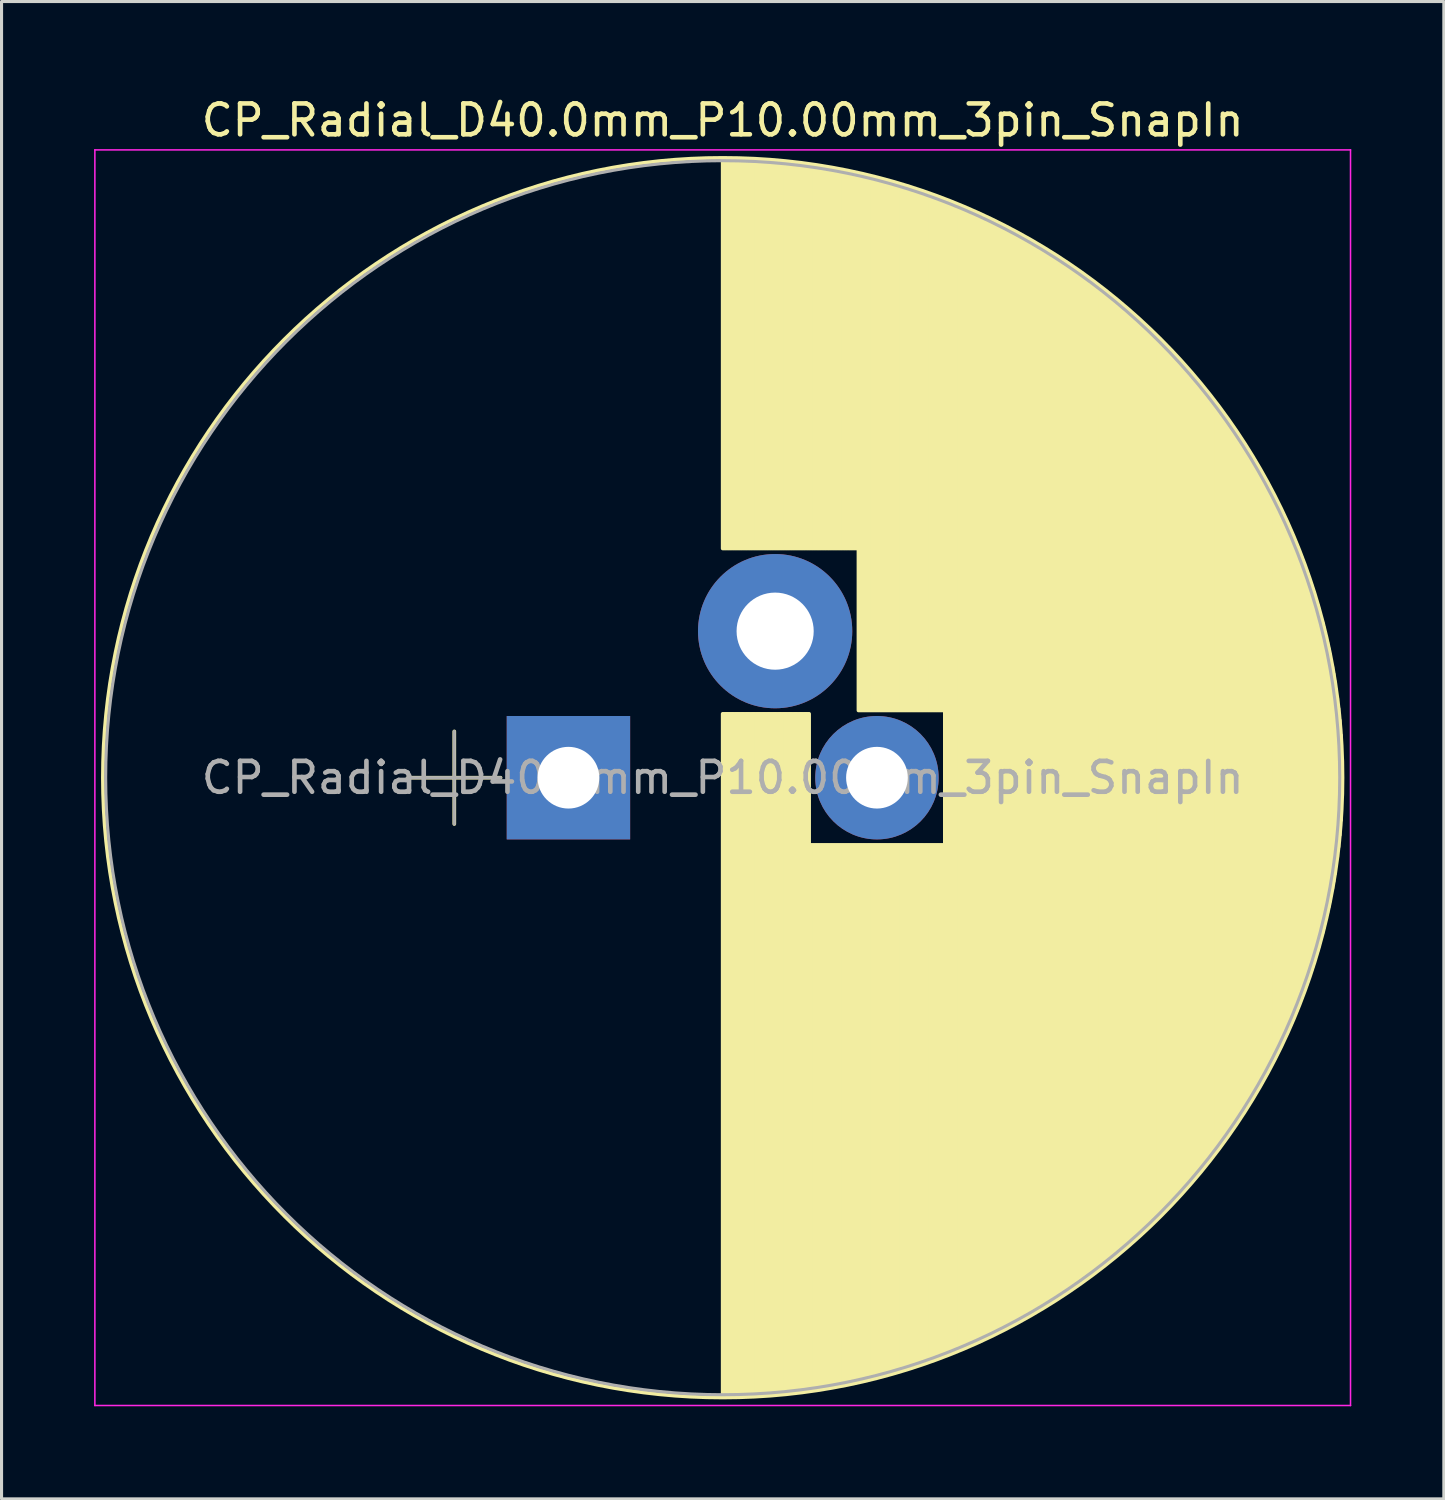
<source format=kicad_pcb>
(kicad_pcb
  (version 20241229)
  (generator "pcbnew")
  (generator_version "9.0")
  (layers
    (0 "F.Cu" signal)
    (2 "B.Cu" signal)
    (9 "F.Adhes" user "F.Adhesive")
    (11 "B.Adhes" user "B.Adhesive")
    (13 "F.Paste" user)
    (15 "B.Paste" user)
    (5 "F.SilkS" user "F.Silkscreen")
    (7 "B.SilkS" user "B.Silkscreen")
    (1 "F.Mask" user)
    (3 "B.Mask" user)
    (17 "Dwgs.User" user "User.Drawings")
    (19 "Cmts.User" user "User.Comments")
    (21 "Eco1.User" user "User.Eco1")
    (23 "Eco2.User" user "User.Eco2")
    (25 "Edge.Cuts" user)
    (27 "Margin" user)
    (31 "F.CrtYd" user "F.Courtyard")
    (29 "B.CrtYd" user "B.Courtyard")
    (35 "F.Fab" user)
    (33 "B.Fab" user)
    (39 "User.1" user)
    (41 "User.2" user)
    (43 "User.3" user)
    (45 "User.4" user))
  (footprint "CP_Radial_D40.0mm_P10.00mm_3pin_SnapIn"
    (layer "F.Cu")
    (at 15.375 22.158)
    (property "Reference" "CP_Radial_D40.0mm_P10.00mm_3pin_SnapIn" (at 5 -21.31 0) (layer "F.SilkS") (effects (font (size 1 1) (thickness 0.15))))
    (attr through_hole)
    (fp_line (start -5.2 0) (end -2.2 0) (stroke (width 0.12) (type solid)) (layer "F.SilkS"))
    (fp_line (start -3.7 -1.5) (end -3.7 1.5) (stroke (width 0.12) (type solid)) (layer "F.SilkS"))
    (fp_line (start 5 -20.05) (end 5 -7.43) (stroke (width 0.12) (type solid)) (layer "F.SilkS"))
    (fp_line (start 5 -2.07) (end 5 20.05) (stroke (width 0.12) (type solid)) (layer "F.SilkS"))
    (fp_line (start 5.04 -20.05) (end 5.04 -7.43) (stroke (width 0.12) (type solid)) (layer "F.SilkS"))
    (fp_line (start 5.04 -2.07) (end 5.04 20.05) (stroke (width 0.12) (type solid)) (layer "F.SilkS"))
    (fp_line (start 5.08 -20.05) (end 5.08 -7.43) (stroke (width 0.12) (type solid)) (layer "F.SilkS"))
    (fp_line (start 5.08 -2.07) (end 5.08 20.05) (stroke (width 0.12) (type solid)) (layer "F.SilkS"))
    (fp_line (start 5.12 -20.05) (end 5.12 -7.43) (stroke (width 0.12) (type solid)) (layer "F.SilkS"))
    (fp_line (start 5.12 -2.07) (end 5.12 20.05) (stroke (width 0.12) (type solid)) (layer "F.SilkS"))
    (fp_line (start 5.16 -20.05) (end 5.16 -7.43) (stroke (width 0.12) (type solid)) (layer "F.SilkS"))
    (fp_line (start 5.16 -2.07) (end 5.16 20.05) (stroke (width 0.12) (type solid)) (layer "F.SilkS"))
    (fp_line (start 5.2 -20.05) (end 5.2 -7.43) (stroke (width 0.12) (type solid)) (layer "F.SilkS"))
    (fp_line (start 5.2 -2.07) (end 5.2 20.05) (stroke (width 0.12) (type solid)) (layer "F.SilkS"))
    (fp_line (start 5.24 -20.049) (end 5.24 -7.43) (stroke (width 0.12) (type solid)) (layer "F.SilkS"))
    (fp_line (start 5.24 -2.07) (end 5.24 20.049) (stroke (width 0.12) (type solid)) (layer "F.SilkS"))
    (fp_line (start 5.28 -20.049) (end 5.28 -7.43) (stroke (width 0.12) (type solid)) (layer "F.SilkS"))
    (fp_line (start 5.28 -2.07) (end 5.28 20.049) (stroke (width 0.12) (type solid)) (layer "F.SilkS"))
    (fp_line (start 5.32 -20.048) (end 5.32 -7.43) (stroke (width 0.12) (type solid)) (layer "F.SilkS"))
    (fp_line (start 5.32 -2.07) (end 5.32 20.048) (stroke (width 0.12) (type solid)) (layer "F.SilkS"))
    (fp_line (start 5.36 -20.047) (end 5.36 -7.43) (stroke (width 0.12) (type solid)) (layer "F.SilkS"))
    (fp_line (start 5.36 -2.07) (end 5.36 20.047) (stroke (width 0.12) (type solid)) (layer "F.SilkS"))
    (fp_line (start 5.4 -20.047) (end 5.4 -7.43) (stroke (width 0.12) (type solid)) (layer "F.SilkS"))
    (fp_line (start 5.4 -2.07) (end 5.4 20.047) (stroke (width 0.12) (type solid)) (layer "F.SilkS"))
    (fp_line (start 5.44 -20.046) (end 5.44 -7.43) (stroke (width 0.12) (type solid)) (layer "F.SilkS"))
    (fp_line (start 5.44 -2.07) (end 5.44 20.046) (stroke (width 0.12) (type solid)) (layer "F.SilkS"))
    (fp_line (start 5.48 -20.045) (end 5.48 -7.43) (stroke (width 0.12) (type solid)) (layer "F.SilkS"))
    (fp_line (start 5.48 -2.07) (end 5.48 20.045) (stroke (width 0.12) (type solid)) (layer "F.SilkS"))
    (fp_line (start 5.52 -20.044) (end 5.52 -7.43) (stroke (width 0.12) (type solid)) (layer "F.SilkS"))
    (fp_line (start 5.52 -2.07) (end 5.52 20.044) (stroke (width 0.12) (type solid)) (layer "F.SilkS"))
    (fp_line (start 5.56 -20.043) (end 5.56 -7.43) (stroke (width 0.12) (type solid)) (layer "F.SilkS"))
    (fp_line (start 5.56 -2.07) (end 5.56 20.043) (stroke (width 0.12) (type solid)) (layer "F.SilkS"))
    (fp_line (start 5.6 -20.042) (end 5.6 -7.43) (stroke (width 0.12) (type solid)) (layer "F.SilkS"))
    (fp_line (start 5.6 -2.07) (end 5.6 20.042) (stroke (width 0.12) (type solid)) (layer "F.SilkS"))
    (fp_line (start 5.64 -20.04) (end 5.64 -7.43) (stroke (width 0.12) (type solid)) (layer "F.SilkS"))
    (fp_line (start 5.64 -2.07) (end 5.64 20.04) (stroke (width 0.12) (type solid)) (layer "F.SilkS"))
    (fp_line (start 5.68 -20.039) (end 5.68 -7.43) (stroke (width 0.12) (type solid)) (layer "F.SilkS"))
    (fp_line (start 5.68 -2.07) (end 5.68 20.039) (stroke (width 0.12) (type solid)) (layer "F.SilkS"))
    (fp_line (start 5.721 -20.038) (end 5.721 -7.43) (stroke (width 0.12) (type solid)) (layer "F.SilkS"))
    (fp_line (start 5.721 -2.07) (end 5.721 20.038) (stroke (width 0.12) (type solid)) (layer "F.SilkS"))
    (fp_line (start 5.761 -20.036) (end 5.761 -7.43) (stroke (width 0.12) (type solid)) (layer "F.SilkS"))
    (fp_line (start 5.761 -2.07) (end 5.761 20.036) (stroke (width 0.12) (type solid)) (layer "F.SilkS"))
    (fp_line (start 5.801 -20.035) (end 5.801 -7.43) (stroke (width 0.12) (type solid)) (layer "F.SilkS"))
    (fp_line (start 5.801 -2.07) (end 5.801 20.035) (stroke (width 0.12) (type solid)) (layer "F.SilkS"))
    (fp_line (start 5.841 -20.033) (end 5.841 -7.43) (stroke (width 0.12) (type solid)) (layer "F.SilkS"))
    (fp_line (start 5.841 -2.07) (end 5.841 20.033) (stroke (width 0.12) (type solid)) (layer "F.SilkS"))
    (fp_line (start 5.881 -20.031) (end 5.881 -7.43) (stroke (width 0.12) (type solid)) (layer "F.SilkS"))
    (fp_line (start 5.881 -2.07) (end 5.881 20.031) (stroke (width 0.12) (type solid)) (layer "F.SilkS"))
    (fp_line (start 5.921 -20.029) (end 5.921 -7.43) (stroke (width 0.12) (type solid)) (layer "F.SilkS"))
    (fp_line (start 5.921 -2.07) (end 5.921 20.029) (stroke (width 0.12) (type solid)) (layer "F.SilkS"))
    (fp_line (start 5.961 -20.028) (end 5.961 -7.43) (stroke (width 0.12) (type solid)) (layer "F.SilkS"))
    (fp_line (start 5.961 -2.07) (end 5.961 20.028) (stroke (width 0.12) (type solid)) (layer "F.SilkS"))
    (fp_line (start 6.001 -20.026) (end 6.001 -7.43) (stroke (width 0.12) (type solid)) (layer "F.SilkS"))
    (fp_line (start 6.001 -2.07) (end 6.001 20.026) (stroke (width 0.12) (type solid)) (layer "F.SilkS"))
    (fp_line (start 6.041 -20.024) (end 6.041 -7.43) (stroke (width 0.12) (type solid)) (layer "F.SilkS"))
    (fp_line (start 6.041 -2.07) (end 6.041 20.024) (stroke (width 0.12) (type solid)) (layer "F.SilkS"))
    (fp_line (start 6.081 -20.021) (end 6.081 -7.43) (stroke (width 0.12) (type solid)) (layer "F.SilkS"))
    (fp_line (start 6.081 -2.07) (end 6.081 20.021) (stroke (width 0.12) (type solid)) (layer "F.SilkS"))
    (fp_line (start 6.121 -20.019) (end 6.121 -7.43) (stroke (width 0.12) (type solid)) (layer "F.SilkS"))
    (fp_line (start 6.121 -2.07) (end 6.121 20.019) (stroke (width 0.12) (type solid)) (layer "F.SilkS"))
    (fp_line (start 6.161 -20.017) (end 6.161 -7.43) (stroke (width 0.12) (type solid)) (layer "F.SilkS"))
    (fp_line (start 6.161 -2.07) (end 6.161 20.017) (stroke (width 0.12) (type solid)) (layer "F.SilkS"))
    (fp_line (start 6.201 -20.015) (end 6.201 -7.43) (stroke (width 0.12) (type solid)) (layer "F.SilkS"))
    (fp_line (start 6.201 -2.07) (end 6.201 20.015) (stroke (width 0.12) (type solid)) (layer "F.SilkS"))
    (fp_line (start 6.241 -20.012) (end 6.241 -7.43) (stroke (width 0.12) (type solid)) (layer "F.SilkS"))
    (fp_line (start 6.241 -2.07) (end 6.241 20.012) (stroke (width 0.12) (type solid)) (layer "F.SilkS"))
    (fp_line (start 6.281 -20.01) (end 6.281 -7.43) (stroke (width 0.12) (type solid)) (layer "F.SilkS"))
    (fp_line (start 6.281 -2.07) (end 6.281 20.01) (stroke (width 0.12) (type solid)) (layer "F.SilkS"))
    (fp_line (start 6.321 -20.007) (end 6.321 -7.43) (stroke (width 0.12) (type solid)) (layer "F.SilkS"))
    (fp_line (start 6.321 -2.07) (end 6.321 20.007) (stroke (width 0.12) (type solid)) (layer "F.SilkS"))
    (fp_line (start 6.361 -20.004) (end 6.361 -7.43) (stroke (width 0.12) (type solid)) (layer "F.SilkS"))
    (fp_line (start 6.361 -2.07) (end 6.361 20.004) (stroke (width 0.12) (type solid)) (layer "F.SilkS"))
    (fp_line (start 6.401 -20.002) (end 6.401 -7.43) (stroke (width 0.12) (type solid)) (layer "F.SilkS"))
    (fp_line (start 6.401 -2.07) (end 6.401 20.002) (stroke (width 0.12) (type solid)) (layer "F.SilkS"))
    (fp_line (start 6.441 -19.999) (end 6.441 -7.43) (stroke (width 0.12) (type solid)) (layer "F.SilkS"))
    (fp_line (start 6.441 -2.07) (end 6.441 19.999) (stroke (width 0.12) (type solid)) (layer "F.SilkS"))
    (fp_line (start 6.481 -19.996) (end 6.481 -7.43) (stroke (width 0.12) (type solid)) (layer "F.SilkS"))
    (fp_line (start 6.481 -2.07) (end 6.481 19.996) (stroke (width 0.12) (type solid)) (layer "F.SilkS"))
    (fp_line (start 6.521 -19.993) (end 6.521 -7.43) (stroke (width 0.12) (type solid)) (layer "F.SilkS"))
    (fp_line (start 6.521 -2.07) (end 6.521 19.993) (stroke (width 0.12) (type solid)) (layer "F.SilkS"))
    (fp_line (start 6.561 -19.99) (end 6.561 -7.43) (stroke (width 0.12) (type solid)) (layer "F.SilkS"))
    (fp_line (start 6.561 -2.07) (end 6.561 19.99) (stroke (width 0.12) (type solid)) (layer "F.SilkS"))
    (fp_line (start 6.601 -19.987) (end 6.601 -7.43) (stroke (width 0.12) (type solid)) (layer "F.SilkS"))
    (fp_line (start 6.601 -2.07) (end 6.601 19.987) (stroke (width 0.12) (type solid)) (layer "F.SilkS"))
    (fp_line (start 6.641 -19.983) (end 6.641 -7.43) (stroke (width 0.12) (type solid)) (layer "F.SilkS"))
    (fp_line (start 6.641 -2.07) (end 6.641 19.983) (stroke (width 0.12) (type solid)) (layer "F.SilkS"))
    (fp_line (start 6.681 -19.98) (end 6.681 -7.43) (stroke (width 0.12) (type solid)) (layer "F.SilkS"))
    (fp_line (start 6.681 -2.07) (end 6.681 19.98) (stroke (width 0.12) (type solid)) (layer "F.SilkS"))
    (fp_line (start 6.721 -19.977) (end 6.721 -7.43) (stroke (width 0.12) (type solid)) (layer "F.SilkS"))
    (fp_line (start 6.721 -2.07) (end 6.721 19.977) (stroke (width 0.12) (type solid)) (layer "F.SilkS"))
    (fp_line (start 6.761 -19.973) (end 6.761 -7.43) (stroke (width 0.12) (type solid)) (layer "F.SilkS"))
    (fp_line (start 6.761 -2.07) (end 6.761 19.973) (stroke (width 0.12) (type solid)) (layer "F.SilkS"))
    (fp_line (start 6.801 -19.97) (end 6.801 -7.43) (stroke (width 0.12) (type solid)) (layer "F.SilkS"))
    (fp_line (start 6.801 -2.07) (end 6.801 19.97) (stroke (width 0.12) (type solid)) (layer "F.SilkS"))
    (fp_line (start 6.841 -19.966) (end 6.841 -7.43) (stroke (width 0.12) (type solid)) (layer "F.SilkS"))
    (fp_line (start 6.841 -2.07) (end 6.841 19.966) (stroke (width 0.12) (type solid)) (layer "F.SilkS"))
    (fp_line (start 6.881 -19.962) (end 6.881 -7.43) (stroke (width 0.12) (type solid)) (layer "F.SilkS"))
    (fp_line (start 6.881 -2.07) (end 6.881 19.962) (stroke (width 0.12) (type solid)) (layer "F.SilkS"))
    (fp_line (start 6.921 -19.959) (end 6.921 -7.43) (stroke (width 0.12) (type solid)) (layer "F.SilkS"))
    (fp_line (start 6.921 -2.07) (end 6.921 19.959) (stroke (width 0.12) (type solid)) (layer "F.SilkS"))
    (fp_line (start 6.961 -19.955) (end 6.961 -7.43) (stroke (width 0.12) (type solid)) (layer "F.SilkS"))
    (fp_line (start 6.961 -2.07) (end 6.961 19.955) (stroke (width 0.12) (type solid)) (layer "F.SilkS"))
    (fp_line (start 7.001 -19.951) (end 7.001 -7.43) (stroke (width 0.12) (type solid)) (layer "F.SilkS"))
    (fp_line (start 7.001 -2.07) (end 7.001 19.951) (stroke (width 0.12) (type solid)) (layer "F.SilkS"))
    (fp_line (start 7.041 -19.947) (end 7.041 -7.43) (stroke (width 0.12) (type solid)) (layer "F.SilkS"))
    (fp_line (start 7.041 -2.07) (end 7.041 19.947) (stroke (width 0.12) (type solid)) (layer "F.SilkS"))
    (fp_line (start 7.081 -19.943) (end 7.081 -7.43) (stroke (width 0.12) (type solid)) (layer "F.SilkS"))
    (fp_line (start 7.081 -2.07) (end 7.081 19.943) (stroke (width 0.12) (type solid)) (layer "F.SilkS"))
    (fp_line (start 7.121 -19.938) (end 7.121 -7.43) (stroke (width 0.12) (type solid)) (layer "F.SilkS"))
    (fp_line (start 7.121 -2.07) (end 7.121 19.938) (stroke (width 0.12) (type solid)) (layer "F.SilkS"))
    (fp_line (start 7.161 -19.934) (end 7.161 -7.43) (stroke (width 0.12) (type solid)) (layer "F.SilkS"))
    (fp_line (start 7.161 -2.07) (end 7.161 19.934) (stroke (width 0.12) (type solid)) (layer "F.SilkS"))
    (fp_line (start 7.201 -19.93) (end 7.201 -7.43) (stroke (width 0.12) (type solid)) (layer "F.SilkS"))
    (fp_line (start 7.201 -2.07) (end 7.201 19.93) (stroke (width 0.12) (type solid)) (layer "F.SilkS"))
    (fp_line (start 7.241 -19.925) (end 7.241 -7.43) (stroke (width 0.12) (type solid)) (layer "F.SilkS"))
    (fp_line (start 7.241 -2.07) (end 7.241 19.925) (stroke (width 0.12) (type solid)) (layer "F.SilkS"))
    (fp_line (start 7.281 -19.921) (end 7.281 -7.43) (stroke (width 0.12) (type solid)) (layer "F.SilkS"))
    (fp_line (start 7.281 -2.07) (end 7.281 19.921) (stroke (width 0.12) (type solid)) (layer "F.SilkS"))
    (fp_line (start 7.321 -19.916) (end 7.321 -7.43) (stroke (width 0.12) (type solid)) (layer "F.SilkS"))
    (fp_line (start 7.321 -2.07) (end 7.321 19.916) (stroke (width 0.12) (type solid)) (layer "F.SilkS"))
    (fp_line (start 7.361 -19.911) (end 7.361 -7.43) (stroke (width 0.12) (type solid)) (layer "F.SilkS"))
    (fp_line (start 7.361 -2.07) (end 7.361 19.911) (stroke (width 0.12) (type solid)) (layer "F.SilkS"))
    (fp_line (start 7.401 -19.907) (end 7.401 -7.43) (stroke (width 0.12) (type solid)) (layer "F.SilkS"))
    (fp_line (start 7.401 -2.07) (end 7.401 19.907) (stroke (width 0.12) (type solid)) (layer "F.SilkS"))
    (fp_line (start 7.441 -19.902) (end 7.441 -7.43) (stroke (width 0.12) (type solid)) (layer "F.SilkS"))
    (fp_line (start 7.441 -2.07) (end 7.441 19.902) (stroke (width 0.12) (type solid)) (layer "F.SilkS"))
    (fp_line (start 7.481 -19.897) (end 7.481 -7.43) (stroke (width 0.12) (type solid)) (layer "F.SilkS"))
    (fp_line (start 7.481 -2.07) (end 7.481 19.897) (stroke (width 0.12) (type solid)) (layer "F.SilkS"))
    (fp_line (start 7.521 -19.892) (end 7.521 -7.43) (stroke (width 0.12) (type solid)) (layer "F.SilkS"))
    (fp_line (start 7.521 -2.07) (end 7.521 19.892) (stroke (width 0.12) (type solid)) (layer "F.SilkS"))
    (fp_line (start 7.561 -19.887) (end 7.561 -7.43) (stroke (width 0.12) (type solid)) (layer "F.SilkS"))
    (fp_line (start 7.561 -2.07) (end 7.561 19.887) (stroke (width 0.12) (type solid)) (layer "F.SilkS"))
    (fp_line (start 7.601 -19.882) (end 7.601 -7.43) (stroke (width 0.12) (type solid)) (layer "F.SilkS"))
    (fp_line (start 7.601 -2.07) (end 7.601 19.882) (stroke (width 0.12) (type solid)) (layer "F.SilkS"))
    (fp_line (start 7.641 -19.876) (end 7.641 -7.43) (stroke (width 0.12) (type solid)) (layer "F.SilkS"))
    (fp_line (start 7.641 -2.07) (end 7.641 19.876) (stroke (width 0.12) (type solid)) (layer "F.SilkS"))
    (fp_line (start 7.681 -19.871) (end 7.681 -7.43) (stroke (width 0.12) (type solid)) (layer "F.SilkS"))
    (fp_line (start 7.681 -2.07) (end 7.681 19.871) (stroke (width 0.12) (type solid)) (layer "F.SilkS"))
    (fp_line (start 7.721 -19.866) (end 7.721 -7.43) (stroke (width 0.12) (type solid)) (layer "F.SilkS"))
    (fp_line (start 7.721 -2.07) (end 7.721 19.866) (stroke (width 0.12) (type solid)) (layer "F.SilkS"))
    (fp_line (start 7.761 -19.86) (end 7.761 -7.43) (stroke (width 0.12) (type solid)) (layer "F.SilkS"))
    (fp_line (start 7.761 -2.07) (end 7.761 19.86) (stroke (width 0.12) (type solid)) (layer "F.SilkS"))
    (fp_line (start 7.801 -19.854) (end 7.801 -7.43) (stroke (width 0.12) (type solid)) (layer "F.SilkS"))
    (fp_line (start 7.801 -2.07) (end 7.801 19.854) (stroke (width 0.12) (type solid)) (layer "F.SilkS"))
    (fp_line (start 7.841 -19.849) (end 7.841 -7.43) (stroke (width 0.12) (type solid)) (layer "F.SilkS"))
    (fp_line (start 7.841 2.18) (end 7.841 19.849) (stroke (width 0.12) (type solid)) (layer "F.SilkS"))
    (fp_line (start 7.881 -19.843) (end 7.881 -7.43) (stroke (width 0.12) (type solid)) (layer "F.SilkS"))
    (fp_line (start 7.881 2.18) (end 7.881 19.843) (stroke (width 0.12) (type solid)) (layer "F.SilkS"))
    (fp_line (start 7.921 -19.837) (end 7.921 -7.43) (stroke (width 0.12) (type solid)) (layer "F.SilkS"))
    (fp_line (start 7.921 2.18) (end 7.921 19.837) (stroke (width 0.12) (type solid)) (layer "F.SilkS"))
    (fp_line (start 7.961 -19.831) (end 7.961 -7.43) (stroke (width 0.12) (type solid)) (layer "F.SilkS"))
    (fp_line (start 7.961 2.18) (end 7.961 19.831) (stroke (width 0.12) (type solid)) (layer "F.SilkS"))
    (fp_line (start 8.001 -19.825) (end 8.001 -7.43) (stroke (width 0.12) (type solid)) (layer "F.SilkS"))
    (fp_line (start 8.001 2.18) (end 8.001 19.825) (stroke (width 0.12) (type solid)) (layer "F.SilkS"))
    (fp_line (start 8.041 -19.819) (end 8.041 -7.43) (stroke (width 0.12) (type solid)) (layer "F.SilkS"))
    (fp_line (start 8.041 2.18) (end 8.041 19.819) (stroke (width 0.12) (type solid)) (layer "F.SilkS"))
    (fp_line (start 8.081 -19.813) (end 8.081 -7.43) (stroke (width 0.12) (type solid)) (layer "F.SilkS"))
    (fp_line (start 8.081 2.18) (end 8.081 19.813) (stroke (width 0.12) (type solid)) (layer "F.SilkS"))
    (fp_line (start 8.121 -19.807) (end 8.121 -7.43) (stroke (width 0.12) (type solid)) (layer "F.SilkS"))
    (fp_line (start 8.121 2.18) (end 8.121 19.807) (stroke (width 0.12) (type solid)) (layer "F.SilkS"))
    (fp_line (start 8.161 -19.8) (end 8.161 -7.43) (stroke (width 0.12) (type solid)) (layer "F.SilkS"))
    (fp_line (start 8.161 2.18) (end 8.161 19.8) (stroke (width 0.12) (type solid)) (layer "F.SilkS"))
    (fp_line (start 8.201 -19.794) (end 8.201 -7.43) (stroke (width 0.12) (type solid)) (layer "F.SilkS"))
    (fp_line (start 8.201 2.18) (end 8.201 19.794) (stroke (width 0.12) (type solid)) (layer "F.SilkS"))
    (fp_line (start 8.241 -19.788) (end 8.241 -7.43) (stroke (width 0.12) (type solid)) (layer "F.SilkS"))
    (fp_line (start 8.241 2.18) (end 8.241 19.788) (stroke (width 0.12) (type solid)) (layer "F.SilkS"))
    (fp_line (start 8.281 -19.781) (end 8.281 -7.43) (stroke (width 0.12) (type solid)) (layer "F.SilkS"))
    (fp_line (start 8.281 2.18) (end 8.281 19.781) (stroke (width 0.12) (type solid)) (layer "F.SilkS"))
    (fp_line (start 8.321 -19.774) (end 8.321 -7.43) (stroke (width 0.12) (type solid)) (layer "F.SilkS"))
    (fp_line (start 8.321 2.18) (end 8.321 19.774) (stroke (width 0.12) (type solid)) (layer "F.SilkS"))
    (fp_line (start 8.361 -19.768) (end 8.361 -7.43) (stroke (width 0.12) (type solid)) (layer "F.SilkS"))
    (fp_line (start 8.361 2.18) (end 8.361 19.768) (stroke (width 0.12) (type solid)) (layer "F.SilkS"))
    (fp_line (start 8.401 -19.761) (end 8.401 -7.43) (stroke (width 0.12) (type solid)) (layer "F.SilkS"))
    (fp_line (start 8.401 2.18) (end 8.401 19.761) (stroke (width 0.12) (type solid)) (layer "F.SilkS"))
    (fp_line (start 8.441 -19.754) (end 8.441 -7.43) (stroke (width 0.12) (type solid)) (layer "F.SilkS"))
    (fp_line (start 8.441 2.18) (end 8.441 19.754) (stroke (width 0.12) (type solid)) (layer "F.SilkS"))
    (fp_line (start 8.481 -19.747) (end 8.481 -7.43) (stroke (width 0.12) (type solid)) (layer "F.SilkS"))
    (fp_line (start 8.481 2.18) (end 8.481 19.747) (stroke (width 0.12) (type solid)) (layer "F.SilkS"))
    (fp_line (start 8.521 -19.74) (end 8.521 -7.43) (stroke (width 0.12) (type solid)) (layer "F.SilkS"))
    (fp_line (start 8.521 2.18) (end 8.521 19.74) (stroke (width 0.12) (type solid)) (layer "F.SilkS"))
    (fp_line (start 8.561 -19.733) (end 8.561 -7.43) (stroke (width 0.12) (type solid)) (layer "F.SilkS"))
    (fp_line (start 8.561 2.18) (end 8.561 19.733) (stroke (width 0.12) (type solid)) (layer "F.SilkS"))
    (fp_line (start 8.601 -19.725) (end 8.601 -7.43) (stroke (width 0.12) (type solid)) (layer "F.SilkS"))
    (fp_line (start 8.601 2.18) (end 8.601 19.725) (stroke (width 0.12) (type solid)) (layer "F.SilkS"))
    (fp_line (start 8.641 -19.718) (end 8.641 -7.43) (stroke (width 0.12) (type solid)) (layer "F.SilkS"))
    (fp_line (start 8.641 2.18) (end 8.641 19.718) (stroke (width 0.12) (type solid)) (layer "F.SilkS"))
    (fp_line (start 8.681 -19.711) (end 8.681 -7.43) (stroke (width 0.12) (type solid)) (layer "F.SilkS"))
    (fp_line (start 8.681 2.18) (end 8.681 19.711) (stroke (width 0.12) (type solid)) (layer "F.SilkS"))
    (fp_line (start 8.721 -19.703) (end 8.721 -7.43) (stroke (width 0.12) (type solid)) (layer "F.SilkS"))
    (fp_line (start 8.721 2.18) (end 8.721 19.703) (stroke (width 0.12) (type solid)) (layer "F.SilkS"))
    (fp_line (start 8.761 -19.696) (end 8.761 -7.43) (stroke (width 0.12) (type solid)) (layer "F.SilkS"))
    (fp_line (start 8.761 2.18) (end 8.761 19.696) (stroke (width 0.12) (type solid)) (layer "F.SilkS"))
    (fp_line (start 8.801 -19.688) (end 8.801 -7.43) (stroke (width 0.12) (type solid)) (layer "F.SilkS"))
    (fp_line (start 8.801 2.18) (end 8.801 19.688) (stroke (width 0.12) (type solid)) (layer "F.SilkS"))
    (fp_line (start 8.841 -19.68) (end 8.841 -7.43) (stroke (width 0.12) (type solid)) (layer "F.SilkS"))
    (fp_line (start 8.841 2.18) (end 8.841 19.68) (stroke (width 0.12) (type solid)) (layer "F.SilkS"))
    (fp_line (start 8.881 -19.672) (end 8.881 -7.43) (stroke (width 0.12) (type solid)) (layer "F.SilkS"))
    (fp_line (start 8.881 2.18) (end 8.881 19.672) (stroke (width 0.12) (type solid)) (layer "F.SilkS"))
    (fp_line (start 8.921 -19.664) (end 8.921 -7.43) (stroke (width 0.12) (type solid)) (layer "F.SilkS"))
    (fp_line (start 8.921 2.18) (end 8.921 19.664) (stroke (width 0.12) (type solid)) (layer "F.SilkS"))
    (fp_line (start 8.961 -19.656) (end 8.961 -7.43) (stroke (width 0.12) (type solid)) (layer "F.SilkS"))
    (fp_line (start 8.961 2.18) (end 8.961 19.656) (stroke (width 0.12) (type solid)) (layer "F.SilkS"))
    (fp_line (start 9.001 -19.648) (end 9.001 -7.43) (stroke (width 0.12) (type solid)) (layer "F.SilkS"))
    (fp_line (start 9.001 2.18) (end 9.001 19.648) (stroke (width 0.12) (type solid)) (layer "F.SilkS"))
    (fp_line (start 9.041 -19.64) (end 9.041 -7.43) (stroke (width 0.12) (type solid)) (layer "F.SilkS"))
    (fp_line (start 9.041 2.18) (end 9.041 19.64) (stroke (width 0.12) (type solid)) (layer "F.SilkS"))
    (fp_line (start 9.081 -19.632) (end 9.081 -7.43) (stroke (width 0.12) (type solid)) (layer "F.SilkS"))
    (fp_line (start 9.081 2.18) (end 9.081 19.632) (stroke (width 0.12) (type solid)) (layer "F.SilkS"))
    (fp_line (start 9.121 -19.624) (end 9.121 -7.43) (stroke (width 0.12) (type solid)) (layer "F.SilkS"))
    (fp_line (start 9.121 2.18) (end 9.121 19.624) (stroke (width 0.12) (type solid)) (layer "F.SilkS"))
    (fp_line (start 9.161 -19.615) (end 9.161 -7.43) (stroke (width 0.12) (type solid)) (layer "F.SilkS"))
    (fp_line (start 9.161 2.18) (end 9.161 19.615) (stroke (width 0.12) (type solid)) (layer "F.SilkS"))
    (fp_line (start 9.201 -19.607) (end 9.201 -7.43) (stroke (width 0.12) (type solid)) (layer "F.SilkS"))
    (fp_line (start 9.201 2.18) (end 9.201 19.607) (stroke (width 0.12) (type solid)) (layer "F.SilkS"))
    (fp_line (start 9.241 -19.598) (end 9.241 -7.43) (stroke (width 0.12) (type solid)) (layer "F.SilkS"))
    (fp_line (start 9.241 2.18) (end 9.241 19.598) (stroke (width 0.12) (type solid)) (layer "F.SilkS"))
    (fp_line (start 9.281 -19.589) (end 9.281 -7.43) (stroke (width 0.12) (type solid)) (layer "F.SilkS"))
    (fp_line (start 9.281 2.18) (end 9.281 19.589) (stroke (width 0.12) (type solid)) (layer "F.SilkS"))
    (fp_line (start 9.321 -19.581) (end 9.321 -7.43) (stroke (width 0.12) (type solid)) (layer "F.SilkS"))
    (fp_line (start 9.321 2.18) (end 9.321 19.581) (stroke (width 0.12) (type solid)) (layer "F.SilkS"))
    (fp_line (start 9.361 -19.572) (end 9.361 -7.43) (stroke (width 0.12) (type solid)) (layer "F.SilkS"))
    (fp_line (start 9.361 2.18) (end 9.361 19.572) (stroke (width 0.12) (type solid)) (layer "F.SilkS"))
    (fp_line (start 9.401 -19.563) (end 9.401 -2.18) (stroke (width 0.12) (type solid)) (layer "F.SilkS"))
    (fp_line (start 9.401 2.18) (end 9.401 19.563) (stroke (width 0.12) (type solid)) (layer "F.SilkS"))
    (fp_line (start 9.441 -19.554) (end 9.441 -2.18) (stroke (width 0.12) (type solid)) (layer "F.SilkS"))
    (fp_line (start 9.441 2.18) (end 9.441 19.554) (stroke (width 0.12) (type solid)) (layer "F.SilkS"))
    (fp_line (start 9.481 -19.545) (end 9.481 -2.18) (stroke (width 0.12) (type solid)) (layer "F.SilkS"))
    (fp_line (start 9.481 2.18) (end 9.481 19.545) (stroke (width 0.12) (type solid)) (layer "F.SilkS"))
    (fp_line (start 9.521 -19.535) (end 9.521 -2.18) (stroke (width 0.12) (type solid)) (layer "F.SilkS"))
    (fp_line (start 9.521 2.18) (end 9.521 19.535) (stroke (width 0.12) (type solid)) (layer "F.SilkS"))
    (fp_line (start 9.561 -19.526) (end 9.561 -2.18) (stroke (width 0.12) (type solid)) (layer "F.SilkS"))
    (fp_line (start 9.561 2.18) (end 9.561 19.526) (stroke (width 0.12) (type solid)) (layer "F.SilkS"))
    (fp_line (start 9.601 -19.517) (end 9.601 -2.18) (stroke (width 0.12) (type solid)) (layer "F.SilkS"))
    (fp_line (start 9.601 2.18) (end 9.601 19.517) (stroke (width 0.12) (type solid)) (layer "F.SilkS"))
    (fp_line (start 9.641 -19.507) (end 9.641 -2.18) (stroke (width 0.12) (type solid)) (layer "F.SilkS"))
    (fp_line (start 9.641 2.18) (end 9.641 19.507) (stroke (width 0.12) (type solid)) (layer "F.SilkS"))
    (fp_line (start 9.681 -19.498) (end 9.681 -2.18) (stroke (width 0.12) (type solid)) (layer "F.SilkS"))
    (fp_line (start 9.681 2.18) (end 9.681 19.498) (stroke (width 0.12) (type solid)) (layer "F.SilkS"))
    (fp_line (start 9.721 -19.488) (end 9.721 -2.18) (stroke (width 0.12) (type solid)) (layer "F.SilkS"))
    (fp_line (start 9.721 2.18) (end 9.721 19.488) (stroke (width 0.12) (type solid)) (layer "F.SilkS"))
    (fp_line (start 9.761 -19.478) (end 9.761 -2.18) (stroke (width 0.12) (type solid)) (layer "F.SilkS"))
    (fp_line (start 9.761 2.18) (end 9.761 19.478) (stroke (width 0.12) (type solid)) (layer "F.SilkS"))
    (fp_line (start 9.801 -19.469) (end 9.801 -2.18) (stroke (width 0.12) (type solid)) (layer "F.SilkS"))
    (fp_line (start 9.801 2.18) (end 9.801 19.469) (stroke (width 0.12) (type solid)) (layer "F.SilkS"))
    (fp_line (start 9.841 -19.459) (end 9.841 -2.18) (stroke (width 0.12) (type solid)) (layer "F.SilkS"))
    (fp_line (start 9.841 2.18) (end 9.841 19.459) (stroke (width 0.12) (type solid)) (layer "F.SilkS"))
    (fp_line (start 9.881 -19.449) (end 9.881 -2.18) (stroke (width 0.12) (type solid)) (layer "F.SilkS"))
    (fp_line (start 9.881 2.18) (end 9.881 19.449) (stroke (width 0.12) (type solid)) (layer "F.SilkS"))
    (fp_line (start 9.921 -19.439) (end 9.921 -2.18) (stroke (width 0.12) (type solid)) (layer "F.SilkS"))
    (fp_line (start 9.921 2.18) (end 9.921 19.439) (stroke (width 0.12) (type solid)) (layer "F.SilkS"))
    (fp_line (start 9.961 -19.429) (end 9.961 -2.18) (stroke (width 0.12) (type solid)) (layer "F.SilkS"))
    (fp_line (start 9.961 2.18) (end 9.961 19.429) (stroke (width 0.12) (type solid)) (layer "F.SilkS"))
    (fp_line (start 10.001 -19.418) (end 10.001 -2.18) (stroke (width 0.12) (type solid)) (layer "F.SilkS"))
    (fp_line (start 10.001 2.18) (end 10.001 19.418) (stroke (width 0.12) (type solid)) (layer "F.SilkS"))
    (fp_line (start 10.041 -19.408) (end 10.041 -2.18) (stroke (width 0.12) (type solid)) (layer "F.SilkS"))
    (fp_line (start 10.041 2.18) (end 10.041 19.408) (stroke (width 0.12) (type solid)) (layer "F.SilkS"))
    (fp_line (start 10.081 -19.398) (end 10.081 -2.18) (stroke (width 0.12) (type solid)) (layer "F.SilkS"))
    (fp_line (start 10.081 2.18) (end 10.081 19.398) (stroke (width 0.12) (type solid)) (layer "F.SilkS"))
    (fp_line (start 10.121 -19.387) (end 10.121 -2.18) (stroke (width 0.12) (type solid)) (layer "F.SilkS"))
    (fp_line (start 10.121 2.18) (end 10.121 19.387) (stroke (width 0.12) (type solid)) (layer "F.SilkS"))
    (fp_line (start 10.161 -19.377) (end 10.161 -2.18) (stroke (width 0.12) (type solid)) (layer "F.SilkS"))
    (fp_line (start 10.161 2.18) (end 10.161 19.377) (stroke (width 0.12) (type solid)) (layer "F.SilkS"))
    (fp_line (start 10.201 -19.366) (end 10.201 -2.18) (stroke (width 0.12) (type solid)) (layer "F.SilkS"))
    (fp_line (start 10.201 2.18) (end 10.201 19.366) (stroke (width 0.12) (type solid)) (layer "F.SilkS"))
    (fp_line (start 10.241 -19.355) (end 10.241 -2.18) (stroke (width 0.12) (type solid)) (layer "F.SilkS"))
    (fp_line (start 10.241 2.18) (end 10.241 19.355) (stroke (width 0.12) (type solid)) (layer "F.SilkS"))
    (fp_line (start 10.281 -19.344) (end 10.281 -2.18) (stroke (width 0.12) (type solid)) (layer "F.SilkS"))
    (fp_line (start 10.281 2.18) (end 10.281 19.344) (stroke (width 0.12) (type solid)) (layer "F.SilkS"))
    (fp_line (start 10.321 -19.333) (end 10.321 -2.18) (stroke (width 0.12) (type solid)) (layer "F.SilkS"))
    (fp_line (start 10.321 2.18) (end 10.321 19.333) (stroke (width 0.12) (type solid)) (layer "F.SilkS"))
    (fp_line (start 10.361 -19.322) (end 10.361 -2.18) (stroke (width 0.12) (type solid)) (layer "F.SilkS"))
    (fp_line (start 10.361 2.18) (end 10.361 19.322) (stroke (width 0.12) (type solid)) (layer "F.SilkS"))
    (fp_line (start 10.401 -19.311) (end 10.401 -2.18) (stroke (width 0.12) (type solid)) (layer "F.SilkS"))
    (fp_line (start 10.401 2.18) (end 10.401 19.311) (stroke (width 0.12) (type solid)) (layer "F.SilkS"))
    (fp_line (start 10.441 -19.3) (end 10.441 -2.18) (stroke (width 0.12) (type solid)) (layer "F.SilkS"))
    (fp_line (start 10.441 2.18) (end 10.441 19.3) (stroke (width 0.12) (type solid)) (layer "F.SilkS"))
    (fp_line (start 10.481 -19.289) (end 10.481 -2.18) (stroke (width 0.12) (type solid)) (layer "F.SilkS"))
    (fp_line (start 10.481 2.18) (end 10.481 19.289) (stroke (width 0.12) (type solid)) (layer "F.SilkS"))
    (fp_line (start 10.521 -19.277) (end 10.521 -2.18) (stroke (width 0.12) (type solid)) (layer "F.SilkS"))
    (fp_line (start 10.521 2.18) (end 10.521 19.277) (stroke (width 0.12) (type solid)) (layer "F.SilkS"))
    (fp_line (start 10.561 -19.266) (end 10.561 -2.18) (stroke (width 0.12) (type solid)) (layer "F.SilkS"))
    (fp_line (start 10.561 2.18) (end 10.561 19.266) (stroke (width 0.12) (type solid)) (layer "F.SilkS"))
    (fp_line (start 10.601 -19.254) (end 10.601 -2.18) (stroke (width 0.12) (type solid)) (layer "F.SilkS"))
    (fp_line (start 10.601 2.18) (end 10.601 19.254) (stroke (width 0.12) (type solid)) (layer "F.SilkS"))
    (fp_line (start 10.641 -19.243) (end 10.641 -2.18) (stroke (width 0.12) (type solid)) (layer "F.SilkS"))
    (fp_line (start 10.641 2.18) (end 10.641 19.243) (stroke (width 0.12) (type solid)) (layer "F.SilkS"))
    (fp_line (start 10.681 -19.231) (end 10.681 -2.18) (stroke (width 0.12) (type solid)) (layer "F.SilkS"))
    (fp_line (start 10.681 2.18) (end 10.681 19.231) (stroke (width 0.12) (type solid)) (layer "F.SilkS"))
    (fp_line (start 10.721 -19.219) (end 10.721 -2.18) (stroke (width 0.12) (type solid)) (layer "F.SilkS"))
    (fp_line (start 10.721 2.18) (end 10.721 19.219) (stroke (width 0.12) (type solid)) (layer "F.SilkS"))
    (fp_line (start 10.761 -19.207) (end 10.761 -2.18) (stroke (width 0.12) (type solid)) (layer "F.SilkS"))
    (fp_line (start 10.761 2.18) (end 10.761 19.207) (stroke (width 0.12) (type solid)) (layer "F.SilkS"))
    (fp_line (start 10.801 -19.195) (end 10.801 -2.18) (stroke (width 0.12) (type solid)) (layer "F.SilkS"))
    (fp_line (start 10.801 2.18) (end 10.801 19.195) (stroke (width 0.12) (type solid)) (layer "F.SilkS"))
    (fp_line (start 10.841 -19.183) (end 10.841 -2.18) (stroke (width 0.12) (type solid)) (layer "F.SilkS"))
    (fp_line (start 10.841 2.18) (end 10.841 19.183) (stroke (width 0.12) (type solid)) (layer "F.SilkS"))
    (fp_line (start 10.881 -19.171) (end 10.881 -2.18) (stroke (width 0.12) (type solid)) (layer "F.SilkS"))
    (fp_line (start 10.881 2.18) (end 10.881 19.171) (stroke (width 0.12) (type solid)) (layer "F.SilkS"))
    (fp_line (start 10.921 -19.158) (end 10.921 -2.18) (stroke (width 0.12) (type solid)) (layer "F.SilkS"))
    (fp_line (start 10.921 2.18) (end 10.921 19.158) (stroke (width 0.12) (type solid)) (layer "F.SilkS"))
    (fp_line (start 10.961 -19.146) (end 10.961 -2.18) (stroke (width 0.12) (type solid)) (layer "F.SilkS"))
    (fp_line (start 10.961 2.18) (end 10.961 19.146) (stroke (width 0.12) (type solid)) (layer "F.SilkS"))
    (fp_line (start 11.001 -19.134) (end 11.001 -2.18) (stroke (width 0.12) (type solid)) (layer "F.SilkS"))
    (fp_line (start 11.001 2.18) (end 11.001 19.134) (stroke (width 0.12) (type solid)) (layer "F.SilkS"))
    (fp_line (start 11.041 -19.121) (end 11.041 -2.18) (stroke (width 0.12) (type solid)) (layer "F.SilkS"))
    (fp_line (start 11.041 2.18) (end 11.041 19.121) (stroke (width 0.12) (type solid)) (layer "F.SilkS"))
    (fp_line (start 11.081 -19.108) (end 11.081 -2.18) (stroke (width 0.12) (type solid)) (layer "F.SilkS"))
    (fp_line (start 11.081 2.18) (end 11.081 19.108) (stroke (width 0.12) (type solid)) (layer "F.SilkS"))
    (fp_line (start 11.121 -19.096) (end 11.121 -2.18) (stroke (width 0.12) (type solid)) (layer "F.SilkS"))
    (fp_line (start 11.121 2.18) (end 11.121 19.096) (stroke (width 0.12) (type solid)) (layer "F.SilkS"))
    (fp_line (start 11.161 -19.083) (end 11.161 -2.18) (stroke (width 0.12) (type solid)) (layer "F.SilkS"))
    (fp_line (start 11.161 2.18) (end 11.161 19.083) (stroke (width 0.12) (type solid)) (layer "F.SilkS"))
    (fp_line (start 11.201 -19.07) (end 11.201 -2.18) (stroke (width 0.12) (type solid)) (layer "F.SilkS"))
    (fp_line (start 11.201 2.18) (end 11.201 19.07) (stroke (width 0.12) (type solid)) (layer "F.SilkS"))
    (fp_line (start 11.241 -19.057) (end 11.241 -2.18) (stroke (width 0.12) (type solid)) (layer "F.SilkS"))
    (fp_line (start 11.241 2.18) (end 11.241 19.057) (stroke (width 0.12) (type solid)) (layer "F.SilkS"))
    (fp_line (start 11.281 -19.044) (end 11.281 -2.18) (stroke (width 0.12) (type solid)) (layer "F.SilkS"))
    (fp_line (start 11.281 2.18) (end 11.281 19.044) (stroke (width 0.12) (type solid)) (layer "F.SilkS"))
    (fp_line (start 11.321 -19.031) (end 11.321 -2.18) (stroke (width 0.12) (type solid)) (layer "F.SilkS"))
    (fp_line (start 11.321 2.18) (end 11.321 19.031) (stroke (width 0.12) (type solid)) (layer "F.SilkS"))
    (fp_line (start 11.361 -19.017) (end 11.361 -2.18) (stroke (width 0.12) (type solid)) (layer "F.SilkS"))
    (fp_line (start 11.361 2.18) (end 11.361 19.017) (stroke (width 0.12) (type solid)) (layer "F.SilkS"))
    (fp_line (start 11.401 -19.004) (end 11.401 -2.18) (stroke (width 0.12) (type solid)) (layer "F.SilkS"))
    (fp_line (start 11.401 2.18) (end 11.401 19.004) (stroke (width 0.12) (type solid)) (layer "F.SilkS"))
    (fp_line (start 11.441 -18.99) (end 11.441 -2.18) (stroke (width 0.12) (type solid)) (layer "F.SilkS"))
    (fp_line (start 11.441 2.18) (end 11.441 18.99) (stroke (width 0.12) (type solid)) (layer "F.SilkS"))
    (fp_line (start 11.481 -18.977) (end 11.481 -2.18) (stroke (width 0.12) (type solid)) (layer "F.SilkS"))
    (fp_line (start 11.481 2.18) (end 11.481 18.977) (stroke (width 0.12) (type solid)) (layer "F.SilkS"))
    (fp_line (start 11.521 -18.963) (end 11.521 -2.18) (stroke (width 0.12) (type solid)) (layer "F.SilkS"))
    (fp_line (start 11.521 2.18) (end 11.521 18.963) (stroke (width 0.12) (type solid)) (layer "F.SilkS"))
    (fp_line (start 11.561 -18.949) (end 11.561 -2.18) (stroke (width 0.12) (type solid)) (layer "F.SilkS"))
    (fp_line (start 11.561 2.18) (end 11.561 18.949) (stroke (width 0.12) (type solid)) (layer "F.SilkS"))
    (fp_line (start 11.601 -18.935) (end 11.601 -2.18) (stroke (width 0.12) (type solid)) (layer "F.SilkS"))
    (fp_line (start 11.601 2.18) (end 11.601 18.935) (stroke (width 0.12) (type solid)) (layer "F.SilkS"))
    (fp_line (start 11.641 -18.921) (end 11.641 -2.18) (stroke (width 0.12) (type solid)) (layer "F.SilkS"))
    (fp_line (start 11.641 2.18) (end 11.641 18.921) (stroke (width 0.12) (type solid)) (layer "F.SilkS"))
    (fp_line (start 11.681 -18.907) (end 11.681 -2.18) (stroke (width 0.12) (type solid)) (layer "F.SilkS"))
    (fp_line (start 11.681 2.18) (end 11.681 18.907) (stroke (width 0.12) (type solid)) (layer "F.SilkS"))
    (fp_line (start 11.721 -18.893) (end 11.721 -2.18) (stroke (width 0.12) (type solid)) (layer "F.SilkS"))
    (fp_line (start 11.721 2.18) (end 11.721 18.893) (stroke (width 0.12) (type solid)) (layer "F.SilkS"))
    (fp_line (start 11.761 -18.879) (end 11.761 -2.18) (stroke (width 0.12) (type solid)) (layer "F.SilkS"))
    (fp_line (start 11.761 2.18) (end 11.761 18.879) (stroke (width 0.12) (type solid)) (layer "F.SilkS"))
    (fp_line (start 11.801 -18.865) (end 11.801 -2.18) (stroke (width 0.12) (type solid)) (layer "F.SilkS"))
    (fp_line (start 11.801 2.18) (end 11.801 18.865) (stroke (width 0.12) (type solid)) (layer "F.SilkS"))
    (fp_line (start 11.841 -18.85) (end 11.841 -2.18) (stroke (width 0.12) (type solid)) (layer "F.SilkS"))
    (fp_line (start 11.841 2.18) (end 11.841 18.85) (stroke (width 0.12) (type solid)) (layer "F.SilkS"))
    (fp_line (start 11.881 -18.836) (end 11.881 -2.18) (stroke (width 0.12) (type solid)) (layer "F.SilkS"))
    (fp_line (start 11.881 2.18) (end 11.881 18.836) (stroke (width 0.12) (type solid)) (layer "F.SilkS"))
    (fp_line (start 11.921 -18.821) (end 11.921 -2.18) (stroke (width 0.12) (type solid)) (layer "F.SilkS"))
    (fp_line (start 11.921 2.18) (end 11.921 18.821) (stroke (width 0.12) (type solid)) (layer "F.SilkS"))
    (fp_line (start 11.961 -18.806) (end 11.961 -2.18) (stroke (width 0.12) (type solid)) (layer "F.SilkS"))
    (fp_line (start 11.961 2.18) (end 11.961 18.806) (stroke (width 0.12) (type solid)) (layer "F.SilkS"))
    (fp_line (start 12.001 -18.792) (end 12.001 -2.18) (stroke (width 0.12) (type solid)) (layer "F.SilkS"))
    (fp_line (start 12.001 2.18) (end 12.001 18.792) (stroke (width 0.12) (type solid)) (layer "F.SilkS"))
    (fp_line (start 12.041 -18.777) (end 12.041 -2.18) (stroke (width 0.12) (type solid)) (layer "F.SilkS"))
    (fp_line (start 12.041 2.18) (end 12.041 18.777) (stroke (width 0.12) (type solid)) (layer "F.SilkS"))
    (fp_line (start 12.081 -18.762) (end 12.081 -2.18) (stroke (width 0.12) (type solid)) (layer "F.SilkS"))
    (fp_line (start 12.081 2.18) (end 12.081 18.762) (stroke (width 0.12) (type solid)) (layer "F.SilkS"))
    (fp_line (start 12.121 -18.746) (end 12.121 -2.18) (stroke (width 0.12) (type solid)) (layer "F.SilkS"))
    (fp_line (start 12.121 2.18) (end 12.121 18.746) (stroke (width 0.12) (type solid)) (layer "F.SilkS"))
    (fp_line (start 12.161 -18.731) (end 12.161 -2.18) (stroke (width 0.12) (type solid)) (layer "F.SilkS"))
    (fp_line (start 12.161 2.18) (end 12.161 18.731) (stroke (width 0.12) (type solid)) (layer "F.SilkS"))
    (fp_line (start 12.201 -18.716) (end 12.201 18.716) (stroke (width 0.12) (type solid)) (layer "F.SilkS"))
    (fp_line (start 12.241 -18.701) (end 12.241 18.701) (stroke (width 0.12) (type solid)) (layer "F.SilkS"))
    (fp_line (start 12.281 -18.685) (end 12.281 18.685) (stroke (width 0.12) (type solid)) (layer "F.SilkS"))
    (fp_line (start 12.321 -18.669) (end 12.321 18.669) (stroke (width 0.12) (type solid)) (layer "F.SilkS"))
    (fp_line (start 12.361 -18.654) (end 12.361 18.654) (stroke (width 0.12) (type solid)) (layer "F.SilkS"))
    (fp_line (start 12.401 -18.638) (end 12.401 18.638) (stroke (width 0.12) (type solid)) (layer "F.SilkS"))
    (fp_line (start 12.441 -18.622) (end 12.441 18.622) (stroke (width 0.12) (type solid)) (layer "F.SilkS"))
    (fp_line (start 12.481 -18.606) (end 12.481 18.606) (stroke (width 0.12) (type solid)) (layer "F.SilkS"))
    (fp_line (start 12.521 -18.59) (end 12.521 18.59) (stroke (width 0.12) (type solid)) (layer "F.SilkS"))
    (fp_line (start 12.561 -18.574) (end 12.561 18.574) (stroke (width 0.12) (type solid)) (layer "F.SilkS"))
    (fp_line (start 12.601 -18.557) (end 12.601 18.557) (stroke (width 0.12) (type solid)) (layer "F.SilkS"))
    (fp_line (start 12.641 -18.541) (end 12.641 18.541) (stroke (width 0.12) (type solid)) (layer "F.SilkS"))
    (fp_line (start 12.681 -18.525) (end 12.681 18.525) (stroke (width 0.12) (type solid)) (layer "F.SilkS"))
    (fp_line (start 12.721 -18.508) (end 12.721 18.508) (stroke (width 0.12) (type solid)) (layer "F.SilkS"))
    (fp_line (start 12.761 -18.491) (end 12.761 18.491) (stroke (width 0.12) (type solid)) (layer "F.SilkS"))
    (fp_line (start 12.801 -18.474) (end 12.801 18.474) (stroke (width 0.12) (type solid)) (layer "F.SilkS"))
    (fp_line (start 12.841 -18.458) (end 12.841 18.458) (stroke (width 0.12) (type solid)) (layer "F.SilkS"))
    (fp_line (start 12.881 -18.441) (end 12.881 18.441) (stroke (width 0.12) (type solid)) (layer "F.SilkS"))
    (fp_line (start 12.921 -18.423) (end 12.921 18.423) (stroke (width 0.12) (type solid)) (layer "F.SilkS"))
    (fp_line (start 12.961 -18.406) (end 12.961 18.406) (stroke (width 0.12) (type solid)) (layer "F.SilkS"))
    (fp_line (start 13.001 -18.389) (end 13.001 18.389) (stroke (width 0.12) (type solid)) (layer "F.SilkS"))
    (fp_line (start 13.041 -18.372) (end 13.041 18.372) (stroke (width 0.12) (type solid)) (layer "F.SilkS"))
    (fp_line (start 13.081 -18.354) (end 13.081 18.354) (stroke (width 0.12) (type solid)) (layer "F.SilkS"))
    (fp_line (start 13.121 -18.336) (end 13.121 18.336) (stroke (width 0.12) (type solid)) (layer "F.SilkS"))
    (fp_line (start 13.161 -18.319) (end 13.161 18.319) (stroke (width 0.12) (type solid)) (layer "F.SilkS"))
    (fp_line (start 13.2 -18.301) (end 13.2 18.301) (stroke (width 0.12) (type solid)) (layer "F.SilkS"))
    (fp_line (start 13.24 -18.283) (end 13.24 18.283) (stroke (width 0.12) (type solid)) (layer "F.SilkS"))
    (fp_line (start 13.28 -18.265) (end 13.28 18.265) (stroke (width 0.12) (type solid)) (layer "F.SilkS"))
    (fp_line (start 13.32 -18.247) (end 13.32 18.247) (stroke (width 0.12) (type solid)) (layer "F.SilkS"))
    (fp_line (start 13.36 -18.228) (end 13.36 18.228) (stroke (width 0.12) (type solid)) (layer "F.SilkS"))
    (fp_line (start 13.4 -18.21) (end 13.4 18.21) (stroke (width 0.12) (type solid)) (layer "F.SilkS"))
    (fp_line (start 13.44 -18.192) (end 13.44 18.192) (stroke (width 0.12) (type solid)) (layer "F.SilkS"))
    (fp_line (start 13.48 -18.173) (end 13.48 18.173) (stroke (width 0.12) (type solid)) (layer "F.SilkS"))
    (fp_line (start 13.52 -18.154) (end 13.52 18.154) (stroke (width 0.12) (type solid)) (layer "F.SilkS"))
    (fp_line (start 13.56 -18.136) (end 13.56 18.136) (stroke (width 0.12) (type solid)) (layer "F.SilkS"))
    (fp_line (start 13.6 -18.117) (end 13.6 18.117) (stroke (width 0.12) (type solid)) (layer "F.SilkS"))
    (fp_line (start 13.64 -18.098) (end 13.64 18.098) (stroke (width 0.12) (type solid)) (layer "F.SilkS"))
    (fp_line (start 13.68 -18.079) (end 13.68 18.079) (stroke (width 0.12) (type solid)) (layer "F.SilkS"))
    (fp_line (start 13.72 -18.059) (end 13.72 18.059) (stroke (width 0.12) (type solid)) (layer "F.SilkS"))
    (fp_line (start 13.76 -18.04) (end 13.76 18.04) (stroke (width 0.12) (type solid)) (layer "F.SilkS"))
    (fp_line (start 13.8 -18.021) (end 13.8 18.021) (stroke (width 0.12) (type solid)) (layer "F.SilkS"))
    (fp_line (start 13.84 -18.001) (end 13.84 18.001) (stroke (width 0.12) (type solid)) (layer "F.SilkS"))
    (fp_line (start 13.88 -17.981) (end 13.88 17.981) (stroke (width 0.12) (type solid)) (layer "F.SilkS"))
    (fp_line (start 13.92 -17.962) (end 13.92 17.962) (stroke (width 0.12) (type solid)) (layer "F.SilkS"))
    (fp_line (start 13.96 -17.942) (end 13.96 17.942) (stroke (width 0.12) (type solid)) (layer "F.SilkS"))
    (fp_line (start 14 -17.922) (end 14 17.922) (stroke (width 0.12) (type solid)) (layer "F.SilkS"))
    (fp_line (start 14.04 -17.902) (end 14.04 17.902) (stroke (width 0.12) (type solid)) (layer "F.SilkS"))
    (fp_line (start 14.08 -17.881) (end 14.08 17.881) (stroke (width 0.12) (type solid)) (layer "F.SilkS"))
    (fp_line (start 14.12 -17.861) (end 14.12 17.861) (stroke (width 0.12) (type solid)) (layer "F.SilkS"))
    (fp_line (start 14.16 -17.841) (end 14.16 17.841) (stroke (width 0.12) (type solid)) (layer "F.SilkS"))
    (fp_line (start 14.2 -17.82) (end 14.2 17.82) (stroke (width 0.12) (type solid)) (layer "F.SilkS"))
    (fp_line (start 14.24 -17.8) (end 14.24 17.8) (stroke (width 0.12) (type solid)) (layer "F.SilkS"))
    (fp_line (start 14.28 -17.779) (end 14.28 17.779) (stroke (width 0.12) (type solid)) (layer "F.SilkS"))
    (fp_line (start 14.32 -17.758) (end 14.32 17.758) (stroke (width 0.12) (type solid)) (layer "F.SilkS"))
    (fp_line (start 14.36 -17.737) (end 14.36 17.737) (stroke (width 0.12) (type solid)) (layer "F.SilkS"))
    (fp_line (start 14.4 -17.716) (end 14.4 17.716) (stroke (width 0.12) (type solid)) (layer "F.SilkS"))
    (fp_line (start 14.44 -17.694) (end 14.44 17.694) (stroke (width 0.12) (type solid)) (layer "F.SilkS"))
    (fp_line (start 14.48 -17.673) (end 14.48 17.673) (stroke (width 0.12) (type solid)) (layer "F.SilkS"))
    (fp_line (start 14.52 -17.652) (end 14.52 17.652) (stroke (width 0.12) (type solid)) (layer "F.SilkS"))
    (fp_line (start 14.56 -17.63) (end 14.56 17.63) (stroke (width 0.12) (type solid)) (layer "F.SilkS"))
    (fp_line (start 14.6 -17.608) (end 14.6 17.608) (stroke (width 0.12) (type solid)) (layer "F.SilkS"))
    (fp_line (start 14.64 -17.587) (end 14.64 17.587) (stroke (width 0.12) (type solid)) (layer "F.SilkS"))
    (fp_line (start 14.68 -17.565) (end 14.68 17.565) (stroke (width 0.12) (type solid)) (layer "F.SilkS"))
    (fp_line (start 14.72 -17.543) (end 14.72 17.543) (stroke (width 0.12) (type solid)) (layer "F.SilkS"))
    (fp_line (start 14.76 -17.52) (end 14.76 17.52) (stroke (width 0.12) (type solid)) (layer "F.SilkS"))
    (fp_line (start 14.8 -17.498) (end 14.8 17.498) (stroke (width 0.12) (type solid)) (layer "F.SilkS"))
    (fp_line (start 14.84 -17.476) (end 14.84 17.476) (stroke (width 0.12) (type solid)) (layer "F.SilkS"))
    (fp_line (start 14.88 -17.453) (end 14.88 17.453) (stroke (width 0.12) (type solid)) (layer "F.SilkS"))
    (fp_line (start 14.92 -17.431) (end 14.92 17.431) (stroke (width 0.12) (type solid)) (layer "F.SilkS"))
    (fp_line (start 14.96 -17.408) (end 14.96 17.408) (stroke (width 0.12) (type solid)) (layer "F.SilkS"))
    (fp_line (start 15 -17.385) (end 15 17.385) (stroke (width 0.12) (type solid)) (layer "F.SilkS"))
    (fp_line (start 15.04 -17.362) (end 15.04 17.362) (stroke (width 0.12) (type solid)) (layer "F.SilkS"))
    (fp_line (start 15.08 -17.339) (end 15.08 17.339) (stroke (width 0.12) (type solid)) (layer "F.SilkS"))
    (fp_line (start 15.12 -17.315) (end 15.12 17.315) (stroke (width 0.12) (type solid)) (layer "F.SilkS"))
    (fp_line (start 15.16 -17.292) (end 15.16 17.292) (stroke (width 0.12) (type solid)) (layer "F.SilkS"))
    (fp_line (start 15.2 -17.269) (end 15.2 17.269) (stroke (width 0.12) (type solid)) (layer "F.SilkS"))
    (fp_line (start 15.24 -17.245) (end 15.24 17.245) (stroke (width 0.12) (type solid)) (layer "F.SilkS"))
    (fp_line (start 15.28 -17.221) (end 15.28 17.221) (stroke (width 0.12) (type solid)) (layer "F.SilkS"))
    (fp_line (start 15.32 -17.197) (end 15.32 17.197) (stroke (width 0.12) (type solid)) (layer "F.SilkS"))
    (fp_line (start 15.36 -17.173) (end 15.36 17.173) (stroke (width 0.12) (type solid)) (layer "F.SilkS"))
    (fp_line (start 15.4 -17.149) (end 15.4 17.149) (stroke (width 0.12) (type solid)) (layer "F.SilkS"))
    (fp_line (start 15.44 -17.125) (end 15.44 17.125) (stroke (width 0.12) (type solid)) (layer "F.SilkS"))
    (fp_line (start 15.48 -17.1) (end 15.48 17.1) (stroke (width 0.12) (type solid)) (layer "F.SilkS"))
    (fp_line (start 15.52 -17.076) (end 15.52 17.076) (stroke (width 0.12) (type solid)) (layer "F.SilkS"))
    (fp_line (start 15.56 -17.051) (end 15.56 17.051) (stroke (width 0.12) (type solid)) (layer "F.SilkS"))
    (fp_line (start 15.6 -17.026) (end 15.6 17.026) (stroke (width 0.12) (type solid)) (layer "F.SilkS"))
    (fp_line (start 15.64 -17.002) (end 15.64 17.002) (stroke (width 0.12) (type solid)) (layer "F.SilkS"))
    (fp_line (start 15.68 -16.977) (end 15.68 16.977) (stroke (width 0.12) (type solid)) (layer "F.SilkS"))
    (fp_line (start 15.72 -16.951) (end 15.72 16.951) (stroke (width 0.12) (type solid)) (layer "F.SilkS"))
    (fp_line (start 15.76 -16.926) (end 15.76 16.926) (stroke (width 0.12) (type solid)) (layer "F.SilkS"))
    (fp_line (start 15.8 -16.901) (end 15.8 16.901) (stroke (width 0.12) (type solid)) (layer "F.SilkS"))
    (fp_line (start 15.84 -16.875) (end 15.84 16.875) (stroke (width 0.12) (type solid)) (layer "F.SilkS"))
    (fp_line (start 15.88 -16.849) (end 15.88 16.849) (stroke (width 0.12) (type solid)) (layer "F.SilkS"))
    (fp_line (start 15.92 -16.824) (end 15.92 16.824) (stroke (width 0.12) (type solid)) (layer "F.SilkS"))
    (fp_line (start 15.96 -16.798) (end 15.96 16.798) (stroke (width 0.12) (type solid)) (layer "F.SilkS"))
    (fp_line (start 16 -16.771) (end 16 16.771) (stroke (width 0.12) (type solid)) (layer "F.SilkS"))
    (fp_line (start 16.04 -16.745) (end 16.04 16.745) (stroke (width 0.12) (type solid)) (layer "F.SilkS"))
    (fp_line (start 16.08 -16.719) (end 16.08 16.719) (stroke (width 0.12) (type solid)) (layer "F.SilkS"))
    (fp_line (start 16.12 -16.692) (end 16.12 16.692) (stroke (width 0.12) (type solid)) (layer "F.SilkS"))
    (fp_line (start 16.16 -16.666) (end 16.16 16.666) (stroke (width 0.12) (type solid)) (layer "F.SilkS"))
    (fp_line (start 16.2 -16.639) (end 16.2 16.639) (stroke (width 0.12) (type solid)) (layer "F.SilkS"))
    (fp_line (start 16.24 -16.612) (end 16.24 16.612) (stroke (width 0.12) (type solid)) (layer "F.SilkS"))
    (fp_line (start 16.28 -16.585) (end 16.28 16.585) (stroke (width 0.12) (type solid)) (layer "F.SilkS"))
    (fp_line (start 16.32 -16.558) (end 16.32 16.558) (stroke (width 0.12) (type solid)) (layer "F.SilkS"))
    (fp_line (start 16.36 -16.53) (end 16.36 16.53) (stroke (width 0.12) (type solid)) (layer "F.SilkS"))
    (fp_line (start 16.4 -16.503) (end 16.4 16.503) (stroke (width 0.12) (type solid)) (layer "F.SilkS"))
    (fp_line (start 16.44 -16.475) (end 16.44 16.475) (stroke (width 0.12) (type solid)) (layer "F.SilkS"))
    (fp_line (start 16.48 -16.447) (end 16.48 16.447) (stroke (width 0.12) (type solid)) (layer "F.SilkS"))
    (fp_line (start 16.52 -16.419) (end 16.52 16.419) (stroke (width 0.12) (type solid)) (layer "F.SilkS"))
    (fp_line (start 16.56 -16.391) (end 16.56 16.391) (stroke (width 0.12) (type solid)) (layer "F.SilkS"))
    (fp_line (start 16.6 -16.363) (end 16.6 16.363) (stroke (width 0.12) (type solid)) (layer "F.SilkS"))
    (fp_line (start 16.64 -16.335) (end 16.64 16.335) (stroke (width 0.12) (type solid)) (layer "F.SilkS"))
    (fp_line (start 16.68 -16.306) (end 16.68 16.306) (stroke (width 0.12) (type solid)) (layer "F.SilkS"))
    (fp_line (start 16.72 -16.278) (end 16.72 16.278) (stroke (width 0.12) (type solid)) (layer "F.SilkS"))
    (fp_line (start 16.76 -16.249) (end 16.76 16.249) (stroke (width 0.12) (type solid)) (layer "F.SilkS"))
    (fp_line (start 16.8 -16.22) (end 16.8 16.22) (stroke (width 0.12) (type solid)) (layer "F.SilkS"))
    (fp_line (start 16.84 -16.191) (end 16.84 16.191) (stroke (width 0.12) (type solid)) (layer "F.SilkS"))
    (fp_line (start 16.88 -16.162) (end 16.88 16.162) (stroke (width 0.12) (type solid)) (layer "F.SilkS"))
    (fp_line (start 16.92 -16.132) (end 16.92 16.132) (stroke (width 0.12) (type solid)) (layer "F.SilkS"))
    (fp_line (start 16.96 -16.103) (end 16.96 16.103) (stroke (width 0.12) (type solid)) (layer "F.SilkS"))
    (fp_line (start 17 -16.073) (end 17 16.073) (stroke (width 0.12) (type solid)) (layer "F.SilkS"))
    (fp_line (start 17.04 -16.043) (end 17.04 16.043) (stroke (width 0.12) (type solid)) (layer "F.SilkS"))
    (fp_line (start 17.08 -16.013) (end 17.08 16.013) (stroke (width 0.12) (type solid)) (layer "F.SilkS"))
    (fp_line (start 17.12 -15.983) (end 17.12 15.983) (stroke (width 0.12) (type solid)) (layer "F.SilkS"))
    (fp_line (start 17.16 -15.952) (end 17.16 15.952) (stroke (width 0.12) (type solid)) (layer "F.SilkS"))
    (fp_line (start 17.2 -15.922) (end 17.2 15.922) (stroke (width 0.12) (type solid)) (layer "F.SilkS"))
    (fp_line (start 17.24 -15.891) (end 17.24 15.891) (stroke (width 0.12) (type solid)) (layer "F.SilkS"))
    (fp_line (start 17.28 -15.86) (end 17.28 15.86) (stroke (width 0.12) (type solid)) (layer "F.SilkS"))
    (fp_line (start 17.32 -15.83) (end 17.32 15.83) (stroke (width 0.12) (type solid)) (layer "F.SilkS"))
    (fp_line (start 17.36 -15.798) (end 17.36 15.798) (stroke (width 0.12) (type solid)) (layer "F.SilkS"))
    (fp_line (start 17.4 -15.767) (end 17.4 15.767) (stroke (width 0.12) (type solid)) (layer "F.SilkS"))
    (fp_line (start 17.44 -15.736) (end 17.44 15.736) (stroke (width 0.12) (type solid)) (layer "F.SilkS"))
    (fp_line (start 17.48 -15.704) (end 17.48 15.704) (stroke (width 0.12) (type solid)) (layer "F.SilkS"))
    (fp_line (start 17.52 -15.672) (end 17.52 15.672) (stroke (width 0.12) (type solid)) (layer "F.SilkS"))
    (fp_line (start 17.56 -15.64) (end 17.56 15.64) (stroke (width 0.12) (type solid)) (layer "F.SilkS"))
    (fp_line (start 17.6 -15.608) (end 17.6 15.608) (stroke (width 0.12) (type solid)) (layer "F.SilkS"))
    (fp_line (start 17.64 -15.576) (end 17.64 15.576) (stroke (width 0.12) (type solid)) (layer "F.SilkS"))
    (fp_line (start 17.68 -15.543) (end 17.68 15.543) (stroke (width 0.12) (type solid)) (layer "F.SilkS"))
    (fp_line (start 17.72 -15.511) (end 17.72 15.511) (stroke (width 0.12) (type solid)) (layer "F.SilkS"))
    (fp_line (start 17.76 -15.478) (end 17.76 15.478) (stroke (width 0.12) (type solid)) (layer "F.SilkS"))
    (fp_line (start 17.8 -15.445) (end 17.8 15.445) (stroke (width 0.12) (type solid)) (layer "F.SilkS"))
    (fp_line (start 17.84 -15.412) (end 17.84 15.412) (stroke (width 0.12) (type solid)) (layer "F.SilkS"))
    (fp_line (start 17.88 -15.378) (end 17.88 15.378) (stroke (width 0.12) (type solid)) (layer "F.SilkS"))
    (fp_line (start 17.92 -15.345) (end 17.92 15.345) (stroke (width 0.12) (type solid)) (layer "F.SilkS"))
    (fp_line (start 17.96 -15.311) (end 17.96 15.311) (stroke (width 0.12) (type solid)) (layer "F.SilkS"))
    (fp_line (start 18 -15.277) (end 18 15.277) (stroke (width 0.12) (type solid)) (layer "F.SilkS"))
    (fp_line (start 18.04 -15.243) (end 18.04 15.243) (stroke (width 0.12) (type solid)) (layer "F.SilkS"))
    (fp_line (start 18.08 -15.209) (end 18.08 15.209) (stroke (width 0.12) (type solid)) (layer "F.SilkS"))
    (fp_line (start 18.12 -15.175) (end 18.12 15.175) (stroke (width 0.12) (type solid)) (layer "F.SilkS"))
    (fp_line (start 18.16 -15.14) (end 18.16 15.14) (stroke (width 0.12) (type solid)) (layer "F.SilkS"))
    (fp_line (start 18.2 -15.105) (end 18.2 15.105) (stroke (width 0.12) (type solid)) (layer "F.SilkS"))
    (fp_line (start 18.24 -15.07) (end 18.24 15.07) (stroke (width 0.12) (type solid)) (layer "F.SilkS"))
    (fp_line (start 18.28 -15.035) (end 18.28 15.035) (stroke (width 0.12) (type solid)) (layer "F.SilkS"))
    (fp_line (start 18.32 -15) (end 18.32 15) (stroke (width 0.12) (type solid)) (layer "F.SilkS"))
    (fp_line (start 18.36 -14.964) (end 18.36 14.964) (stroke (width 0.12) (type solid)) (layer "F.SilkS"))
    (fp_line (start 18.4 -14.929) (end 18.4 14.929) (stroke (width 0.12) (type solid)) (layer "F.SilkS"))
    (fp_line (start 18.44 -14.893) (end 18.44 14.893) (stroke (width 0.12) (type solid)) (layer "F.SilkS"))
    (fp_line (start 18.48 -14.857) (end 18.48 14.857) (stroke (width 0.12) (type solid)) (layer "F.SilkS"))
    (fp_line (start 18.52 -14.82) (end 18.52 14.82) (stroke (width 0.12) (type solid)) (layer "F.SilkS"))
    (fp_line (start 18.56 -14.784) (end 18.56 14.784) (stroke (width 0.12) (type solid)) (layer "F.SilkS"))
    (fp_line (start 18.6 -14.747) (end 18.6 14.747) (stroke (width 0.12) (type solid)) (layer "F.SilkS"))
    (fp_line (start 18.64 -14.71) (end 18.64 14.71) (stroke (width 0.12) (type solid)) (layer "F.SilkS"))
    (fp_line (start 18.68 -14.673) (end 18.68 14.673) (stroke (width 0.12) (type solid)) (layer "F.SilkS"))
    (fp_line (start 18.72 -14.636) (end 18.72 14.636) (stroke (width 0.12) (type solid)) (layer "F.SilkS"))
    (fp_line (start 18.76 -14.598) (end 18.76 14.598) (stroke (width 0.12) (type solid)) (layer "F.SilkS"))
    (fp_line (start 18.8 -14.561) (end 18.8 14.561) (stroke (width 0.12) (type solid)) (layer "F.SilkS"))
    (fp_line (start 18.84 -14.523) (end 18.84 14.523) (stroke (width 0.12) (type solid)) (layer "F.SilkS"))
    (fp_line (start 18.88 -14.485) (end 18.88 14.485) (stroke (width 0.12) (type solid)) (layer "F.SilkS"))
    (fp_line (start 18.92 -14.446) (end 18.92 14.446) (stroke (width 0.12) (type solid)) (layer "F.SilkS"))
    (fp_line (start 18.96 -14.408) (end 18.96 14.408) (stroke (width 0.12) (type solid)) (layer "F.SilkS"))
    (fp_line (start 19 -14.369) (end 19 14.369) (stroke (width 0.12) (type solid)) (layer "F.SilkS"))
    (fp_line (start 19.04 -14.33) (end 19.04 14.33) (stroke (width 0.12) (type solid)) (layer "F.SilkS"))
    (fp_line (start 19.08 -14.291) (end 19.08 14.291) (stroke (width 0.12) (type solid)) (layer "F.SilkS"))
    (fp_line (start 19.12 -14.252) (end 19.12 14.252) (stroke (width 0.12) (type solid)) (layer "F.SilkS"))
    (fp_line (start 19.16 -14.212) (end 19.16 14.212) (stroke (width 0.12) (type solid)) (layer "F.SilkS"))
    (fp_line (start 19.2 -14.172) (end 19.2 14.172) (stroke (width 0.12) (type solid)) (layer "F.SilkS"))
    (fp_line (start 19.24 -14.132) (end 19.24 14.132) (stroke (width 0.12) (type solid)) (layer "F.SilkS"))
    (fp_line (start 19.28 -14.092) (end 19.28 14.092) (stroke (width 0.12) (type solid)) (layer "F.SilkS"))
    (fp_line (start 19.32 -14.051) (end 19.32 14.051) (stroke (width 0.12) (type solid)) (layer "F.SilkS"))
    (fp_line (start 19.36 -14.01) (end 19.36 14.01) (stroke (width 0.12) (type solid)) (layer "F.SilkS"))
    (fp_line (start 19.4 -13.969) (end 19.4 13.969) (stroke (width 0.12) (type solid)) (layer "F.SilkS"))
    (fp_line (start 19.44 -13.928) (end 19.44 13.928) (stroke (width 0.12) (type solid)) (layer "F.SilkS"))
    (fp_line (start 19.48 -13.887) (end 19.48 13.887) (stroke (width 0.12) (type solid)) (layer "F.SilkS"))
    (fp_line (start 19.52 -13.845) (end 19.52 13.845) (stroke (width 0.12) (type solid)) (layer "F.SilkS"))
    (fp_line (start 19.56 -13.803) (end 19.56 13.803) (stroke (width 0.12) (type solid)) (layer "F.SilkS"))
    (fp_line (start 19.6 -13.761) (end 19.6 13.761) (stroke (width 0.12) (type solid)) (layer "F.SilkS"))
    (fp_line (start 19.64 -13.718) (end 19.64 13.718) (stroke (width 0.12) (type solid)) (layer "F.SilkS"))
    (fp_line (start 19.68 -13.676) (end 19.68 13.676) (stroke (width 0.12) (type solid)) (layer "F.SilkS"))
    (fp_line (start 19.72 -13.633) (end 19.72 13.633) (stroke (width 0.12) (type solid)) (layer "F.SilkS"))
    (fp_line (start 19.76 -13.59) (end 19.76 13.59) (stroke (width 0.12) (type solid)) (layer "F.SilkS"))
    (fp_line (start 19.8 -13.546) (end 19.8 13.546) (stroke (width 0.12) (type solid)) (layer "F.SilkS"))
    (fp_line (start 19.84 -13.502) (end 19.84 13.502) (stroke (width 0.12) (type solid)) (layer "F.SilkS"))
    (fp_line (start 19.88 -13.458) (end 19.88 13.458) (stroke (width 0.12) (type solid)) (layer "F.SilkS"))
    (fp_line (start 19.92 -13.414) (end 19.92 13.414) (stroke (width 0.12) (type solid)) (layer "F.SilkS"))
    (fp_line (start 19.96 -13.37) (end 19.96 13.37) (stroke (width 0.12) (type solid)) (layer "F.SilkS"))
    (fp_line (start 20 -13.325) (end 20 13.325) (stroke (width 0.12) (type solid)) (layer "F.SilkS"))
    (fp_line (start 20.04 -13.28) (end 20.04 13.28) (stroke (width 0.12) (type solid)) (layer "F.SilkS"))
    (fp_line (start 20.08 -13.235) (end 20.08 13.235) (stroke (width 0.12) (type solid)) (layer "F.SilkS"))
    (fp_line (start 20.12 -13.189) (end 20.12 13.189) (stroke (width 0.12) (type solid)) (layer "F.SilkS"))
    (fp_line (start 20.16 -13.143) (end 20.16 13.143) (stroke (width 0.12) (type solid)) (layer "F.SilkS"))
    (fp_line (start 20.2 -13.097) (end 20.2 13.097) (stroke (width 0.12) (type solid)) (layer "F.SilkS"))
    (fp_line (start 20.24 -13.051) (end 20.24 13.051) (stroke (width 0.12) (type solid)) (layer "F.SilkS"))
    (fp_line (start 20.28 -13.004) (end 20.28 13.004) (stroke (width 0.12) (type solid)) (layer "F.SilkS"))
    (fp_line (start 20.32 -12.957) (end 20.32 12.957) (stroke (width 0.12) (type solid)) (layer "F.SilkS"))
    (fp_line (start 20.36 -12.91) (end 20.36 12.91) (stroke (width 0.12) (type solid)) (layer "F.SilkS"))
    (fp_line (start 20.4 -12.862) (end 20.4 12.862) (stroke (width 0.12) (type solid)) (layer "F.SilkS"))
    (fp_line (start 20.44 -12.814) (end 20.44 12.814) (stroke (width 0.12) (type solid)) (layer "F.SilkS"))
    (fp_line (start 20.48 -12.766) (end 20.48 12.766) (stroke (width 0.12) (type solid)) (layer "F.SilkS"))
    (fp_line (start 20.52 -12.717) (end 20.52 12.717) (stroke (width 0.12) (type solid)) (layer "F.SilkS"))
    (fp_line (start 20.56 -12.669) (end 20.56 12.669) (stroke (width 0.12) (type solid)) (layer "F.SilkS"))
    (fp_line (start 20.6 -12.619) (end 20.6 12.619) (stroke (width 0.12) (type solid)) (layer "F.SilkS"))
    (fp_line (start 20.64 -12.57) (end 20.64 12.57) (stroke (width 0.12) (type solid)) (layer "F.SilkS"))
    (fp_line (start 20.68 -12.52) (end 20.68 12.52) (stroke (width 0.12) (type solid)) (layer "F.SilkS"))
    (fp_line (start 20.72 -12.47) (end 20.72 12.47) (stroke (width 0.12) (type solid)) (layer "F.SilkS"))
    (fp_line (start 20.76 -12.42) (end 20.76 12.42) (stroke (width 0.12) (type solid)) (layer "F.SilkS"))
    (fp_line (start 20.8 -12.369) (end 20.8 12.369) (stroke (width 0.12) (type solid)) (layer "F.SilkS"))
    (fp_line (start 20.84 -12.318) (end 20.84 12.318) (stroke (width 0.12) (type solid)) (layer "F.SilkS"))
    (fp_line (start 20.88 -12.266) (end 20.88 12.266) (stroke (width 0.12) (type solid)) (layer "F.SilkS"))
    (fp_line (start 20.92 -12.215) (end 20.92 12.215) (stroke (width 0.12) (type solid)) (layer "F.SilkS"))
    (fp_line (start 20.96 -12.162) (end 20.96 12.162) (stroke (width 0.12) (type solid)) (layer "F.SilkS"))
    (fp_line (start 21 -12.11) (end 21 12.11) (stroke (width 0.12) (type solid)) (layer "F.SilkS"))
    (fp_line (start 21.04 -12.057) (end 21.04 12.057) (stroke (width 0.12) (type solid)) (layer "F.SilkS"))
    (fp_line (start 21.08 -12.004) (end 21.08 12.004) (stroke (width 0.12) (type solid)) (layer "F.SilkS"))
    (fp_line (start 21.12 -11.95) (end 21.12 11.95) (stroke (width 0.12) (type solid)) (layer "F.SilkS"))
    (fp_line (start 21.16 -11.896) (end 21.16 11.896) (stroke (width 0.12) (type solid)) (layer "F.SilkS"))
    (fp_line (start 21.2 -11.842) (end 21.2 11.842) (stroke (width 0.12) (type solid)) (layer "F.SilkS"))
    (fp_line (start 21.24 -11.787) (end 21.24 11.787) (stroke (width 0.12) (type solid)) (layer "F.SilkS"))
    (fp_line (start 21.28 -11.732) (end 21.28 11.732) (stroke (width 0.12) (type solid)) (layer "F.SilkS"))
    (fp_line (start 21.32 -11.677) (end 21.32 11.677) (stroke (width 0.12) (type solid)) (layer "F.SilkS"))
    (fp_line (start 21.36 -11.621) (end 21.36 11.621) (stroke (width 0.12) (type solid)) (layer "F.SilkS"))
    (fp_line (start 21.4 -11.564) (end 21.4 11.564) (stroke (width 0.12) (type solid)) (layer "F.SilkS"))
    (fp_line (start 21.44 -11.508) (end 21.44 11.508) (stroke (width 0.12) (type solid)) (layer "F.SilkS"))
    (fp_line (start 21.48 -11.45) (end 21.48 11.45) (stroke (width 0.12) (type solid)) (layer "F.SilkS"))
    (fp_line (start 21.52 -11.393) (end 21.52 11.393) (stroke (width 0.12) (type solid)) (layer "F.SilkS"))
    (fp_line (start 21.56 -11.335) (end 21.56 11.335) (stroke (width 0.12) (type solid)) (layer "F.SilkS"))
    (fp_line (start 21.6 -11.276) (end 21.6 11.276) (stroke (width 0.12) (type solid)) (layer "F.SilkS"))
    (fp_line (start 21.64 -11.217) (end 21.64 11.217) (stroke (width 0.12) (type solid)) (layer "F.SilkS"))
    (fp_line (start 21.68 -11.158) (end 21.68 11.158) (stroke (width 0.12) (type solid)) (layer "F.SilkS"))
    (fp_line (start 21.72 -11.098) (end 21.72 11.098) (stroke (width 0.12) (type solid)) (layer "F.SilkS"))
    (fp_line (start 21.76 -11.038) (end 21.76 11.038) (stroke (width 0.12) (type solid)) (layer "F.SilkS"))
    (fp_line (start 21.8 -10.977) (end 21.8 10.977) (stroke (width 0.12) (type solid)) (layer "F.SilkS"))
    (fp_line (start 21.84 -10.916) (end 21.84 10.916) (stroke (width 0.12) (type solid)) (layer "F.SilkS"))
    (fp_line (start 21.88 -10.854) (end 21.88 10.854) (stroke (width 0.12) (type solid)) (layer "F.SilkS"))
    (fp_line (start 21.92 -10.792) (end 21.92 10.792) (stroke (width 0.12) (type solid)) (layer "F.SilkS"))
    (fp_line (start 21.96 -10.729) (end 21.96 10.729) (stroke (width 0.12) (type solid)) (layer "F.SilkS"))
    (fp_line (start 22 -10.666) (end 22 10.666) (stroke (width 0.12) (type solid)) (layer "F.SilkS"))
    (fp_line (start 22.04 -10.602) (end 22.04 10.602) (stroke (width 0.12) (type solid)) (layer "F.SilkS"))
    (fp_line (start 22.08 -10.538) (end 22.08 10.538) (stroke (width 0.12) (type solid)) (layer "F.SilkS"))
    (fp_line (start 22.12 -10.473) (end 22.12 10.473) (stroke (width 0.12) (type solid)) (layer "F.SilkS"))
    (fp_line (start 22.16 -10.408) (end 22.16 10.408) (stroke (width 0.12) (type solid)) (layer "F.SilkS"))
    (fp_line (start 22.2 -10.342) (end 22.2 10.342) (stroke (width 0.12) (type solid)) (layer "F.SilkS"))
    (fp_line (start 22.24 -10.275) (end 22.24 10.275) (stroke (width 0.12) (type solid)) (layer "F.SilkS"))
    (fp_line (start 22.28 -10.208) (end 22.28 10.208) (stroke (width 0.12) (type solid)) (layer "F.SilkS"))
    (fp_line (start 22.32 -10.14) (end 22.32 10.14) (stroke (width 0.12) (type solid)) (layer "F.SilkS"))
    (fp_line (start 22.36 -10.072) (end 22.36 10.072) (stroke (width 0.12) (type solid)) (layer "F.SilkS"))
    (fp_line (start 22.4 -10.003) (end 22.4 10.003) (stroke (width 0.12) (type solid)) (layer "F.SilkS"))
    (fp_line (start 22.44 -9.933) (end 22.44 9.933) (stroke (width 0.12) (type solid)) (layer "F.SilkS"))
    (fp_line (start 22.48 -9.863) (end 22.48 9.863) (stroke (width 0.12) (type solid)) (layer "F.SilkS"))
    (fp_line (start 22.52 -9.792) (end 22.52 9.792) (stroke (width 0.12) (type solid)) (layer "F.SilkS"))
    (fp_line (start 22.56 -9.72) (end 22.56 9.72) (stroke (width 0.12) (type solid)) (layer "F.SilkS"))
    (fp_line (start 22.6 -9.648) (end 22.6 9.648) (stroke (width 0.12) (type solid)) (layer "F.SilkS"))
    (fp_line (start 22.64 -9.575) (end 22.64 9.575) (stroke (width 0.12) (type solid)) (layer "F.SilkS"))
    (fp_line (start 22.68 -9.501) (end 22.68 9.501) (stroke (width 0.12) (type solid)) (layer "F.SilkS"))
    (fp_line (start 22.72 -9.427) (end 22.72 9.427) (stroke (width 0.12) (type solid)) (layer "F.SilkS"))
    (fp_line (start 22.76 -9.351) (end 22.76 9.351) (stroke (width 0.12) (type solid)) (layer "F.SilkS"))
    (fp_line (start 22.8 -9.275) (end 22.8 9.275) (stroke (width 0.12) (type solid)) (layer "F.SilkS"))
    (fp_line (start 22.84 -9.199) (end 22.84 9.199) (stroke (width 0.12) (type solid)) (layer "F.SilkS"))
    (fp_line (start 22.88 -9.121) (end 22.88 9.121) (stroke (width 0.12) (type solid)) (layer "F.SilkS"))
    (fp_line (start 22.92 -9.042) (end 22.92 9.042) (stroke (width 0.12) (type solid)) (layer "F.SilkS"))
    (fp_line (start 22.96 -8.963) (end 22.96 8.963) (stroke (width 0.12) (type solid)) (layer "F.SilkS"))
    (fp_line (start 23 -8.883) (end 23 8.883) (stroke (width 0.12) (type solid)) (layer "F.SilkS"))
    (fp_line (start 23.04 -8.802) (end 23.04 8.802) (stroke (width 0.12) (type solid)) (layer "F.SilkS"))
    (fp_line (start 23.08 -8.72) (end 23.08 8.72) (stroke (width 0.12) (type solid)) (layer "F.SilkS"))
    (fp_line (start 23.12 -8.637) (end 23.12 8.637) (stroke (width 0.12) (type solid)) (layer "F.SilkS"))
    (fp_line (start 23.16 -8.553) (end 23.16 8.553) (stroke (width 0.12) (type solid)) (layer "F.SilkS"))
    (fp_line (start 23.2 -8.467) (end 23.2 8.467) (stroke (width 0.12) (type solid)) (layer "F.SilkS"))
    (fp_line (start 23.24 -8.381) (end 23.24 8.381) (stroke (width 0.12) (type solid)) (layer "F.SilkS"))
    (fp_line (start 23.28 -8.294) (end 23.28 8.294) (stroke (width 0.12) (type solid)) (layer "F.SilkS"))
    (fp_line (start 23.32 -8.206) (end 23.32 8.206) (stroke (width 0.12) (type solid)) (layer "F.SilkS"))
    (fp_line (start 23.36 -8.116) (end 23.36 8.116) (stroke (width 0.12) (type solid)) (layer "F.SilkS"))
    (fp_line (start 23.4 -8.026) (end 23.4 8.026) (stroke (width 0.12) (type solid)) (layer "F.SilkS"))
    (fp_line (start 23.44 -7.934) (end 23.44 7.934) (stroke (width 0.12) (type solid)) (layer "F.SilkS"))
    (fp_line (start 23.48 -7.841) (end 23.48 7.841) (stroke (width 0.12) (type solid)) (layer "F.SilkS"))
    (fp_line (start 23.52 -7.746) (end 23.52 7.746) (stroke (width 0.12) (type solid)) (layer "F.SilkS"))
    (fp_line (start 23.56 -7.65) (end 23.56 7.65) (stroke (width 0.12) (type solid)) (layer "F.SilkS"))
    (fp_line (start 23.6 -7.553) (end 23.6 7.553) (stroke (width 0.12) (type solid)) (layer "F.SilkS"))
    (fp_line (start 23.64 -7.454) (end 23.64 7.454) (stroke (width 0.12) (type solid)) (layer "F.SilkS"))
    (fp_line (start 23.68 -7.354) (end 23.68 7.354) (stroke (width 0.12) (type solid)) (layer "F.SilkS"))
    (fp_line (start 23.72 -7.252) (end 23.72 7.252) (stroke (width 0.12) (type solid)) (layer "F.SilkS"))
    (fp_line (start 23.76 -7.149) (end 23.76 7.149) (stroke (width 0.12) (type solid)) (layer "F.SilkS"))
    (fp_line (start 23.8 -7.043) (end 23.8 7.043) (stroke (width 0.12) (type solid)) (layer "F.SilkS"))
    (fp_line (start 23.84 -6.936) (end 23.84 6.936) (stroke (width 0.12) (type solid)) (layer "F.SilkS"))
    (fp_line (start 23.88 -6.827) (end 23.88 6.827) (stroke (width 0.12) (type solid)) (layer "F.SilkS"))
    (fp_line (start 23.92 -6.716) (end 23.92 6.716) (stroke (width 0.12) (type solid)) (layer "F.SilkS"))
    (fp_line (start 23.96 -6.603) (end 23.96 6.603) (stroke (width 0.12) (type solid)) (layer "F.SilkS"))
    (fp_line (start 24 -6.488) (end 24 6.488) (stroke (width 0.12) (type solid)) (layer "F.SilkS"))
    (fp_line (start 24.04 -6.37) (end 24.04 6.37) (stroke (width 0.12) (type solid)) (layer "F.SilkS"))
    (fp_line (start 24.08 -6.25) (end 24.08 6.25) (stroke (width 0.12) (type solid)) (layer "F.SilkS"))
    (fp_line (start 24.12 -6.128) (end 24.12 6.128) (stroke (width 0.12) (type solid)) (layer "F.SilkS"))
    (fp_line (start 24.16 -6.002) (end 24.16 6.002) (stroke (width 0.12) (type solid)) (layer "F.SilkS"))
    (fp_line (start 24.2 -5.874) (end 24.2 5.874) (stroke (width 0.12) (type solid)) (layer "F.SilkS"))
    (fp_line (start 24.24 -5.742) (end 24.24 5.742) (stroke (width 0.12) (type solid)) (layer "F.SilkS"))
    (fp_line (start 24.28 -5.608) (end 24.28 5.608) (stroke (width 0.12) (type solid)) (layer "F.SilkS"))
    (fp_line (start 24.32 -5.469) (end 24.32 5.469) (stroke (width 0.12) (type solid)) (layer "F.SilkS"))
    (fp_line (start 24.36 -5.327) (end 24.36 5.327) (stroke (width 0.12) (type solid)) (layer "F.SilkS"))
    (fp_line (start 24.4 -5.18) (end 24.4 5.18) (stroke (width 0.12) (type solid)) (layer "F.SilkS"))
    (fp_line (start 24.44 -5.029) (end 24.44 5.029) (stroke (width 0.12) (type solid)) (layer "F.SilkS"))
    (fp_line (start 24.48 -4.874) (end 24.48 4.874) (stroke (width 0.12) (type solid)) (layer "F.SilkS"))
    (fp_line (start 24.52 -4.712) (end 24.52 4.712) (stroke (width 0.12) (type solid)) (layer "F.SilkS"))
    (fp_line (start 24.56 -4.545) (end 24.56 4.545) (stroke (width 0.12) (type solid)) (layer "F.SilkS"))
    (fp_line (start 24.6 -4.371) (end 24.6 4.371) (stroke (width 0.12) (type solid)) (layer "F.SilkS"))
    (fp_line (start 24.64 -4.189) (end 24.64 4.189) (stroke (width 0.12) (type solid)) (layer "F.SilkS"))
    (fp_line (start 24.68 -3.999) (end 24.68 3.999) (stroke (width 0.12) (type solid)) (layer "F.SilkS"))
    (fp_line (start 24.72 -3.798) (end 24.72 3.798) (stroke (width 0.12) (type solid)) (layer "F.SilkS"))
    (fp_line (start 24.76 -3.587) (end 24.76 3.587) (stroke (width 0.12) (type solid)) (layer "F.SilkS"))
    (fp_line (start 24.8 -3.362) (end 24.8 3.362) (stroke (width 0.12) (type solid)) (layer "F.SilkS"))
    (fp_line (start 24.84 -3.12) (end 24.84 3.12) (stroke (width 0.12) (type solid)) (layer "F.SilkS"))
    (fp_line (start 24.88 -2.858) (end 24.88 2.858) (stroke (width 0.12) (type solid)) (layer "F.SilkS"))
    (fp_line (start 24.92 -2.569) (end 24.92 2.569) (stroke (width 0.12) (type solid)) (layer "F.SilkS"))
    (fp_line (start 24.96 -2.242) (end 24.96 2.242) (stroke (width 0.12) (type solid)) (layer "F.SilkS"))
    (fp_line (start 25 -1.86) (end 25 1.86) (stroke (width 0.12) (type solid)) (layer "F.SilkS"))
    (fp_line (start 25.04 -1.377) (end 25.04 1.377) (stroke (width 0.12) (type solid)) (layer "F.SilkS"))
    (fp_line (start 25.08 -0.594) (end 25.08 0.594) (stroke (width 0.12) (type solid)) (layer "F.SilkS"))
    (fp_circle (center 5 0) (end 25.09 0) (stroke (width 0.12) (type solid)) (fill no) (layer "F.SilkS"))
    (fp_line (start -15.35 -20.35) (end -15.35 20.35) (stroke (width 0.05) (type solid)) (layer "F.CrtYd"))
    (fp_line (start -15.35 20.35) (end 25.35 20.35) (stroke (width 0.05) (type solid)) (layer "F.CrtYd"))
    (fp_line (start 25.35 -20.35) (end -15.35 -20.35) (stroke (width 0.05) (type solid)) (layer "F.CrtYd"))
    (fp_line (start 25.35 20.35) (end 25.35 -20.35) (stroke (width 0.05) (type solid)) (layer "F.CrtYd"))
    (fp_line (start -5.2 0) (end -2.2 0) (stroke (width 0.1) (type solid)) (layer "F.Fab"))
    (fp_line (start -3.7 -1.5) (end -3.7 1.5) (stroke (width 0.1) (type solid)) (layer "F.Fab"))
    (fp_circle (center 5 0) (end 25 0) (stroke (width 0.1) (type solid)) (fill no) (layer "F.Fab"))
    (fp_text user "${REFERENCE}" (at 5 0 0) (layer "F.Fab") (effects (font (size 1 1) (thickness 0.15))))
    (pad "1" thru_hole rect (at 0 0) (size 4 4) (drill 2) (layers "*.Cu" "*.Mask"))
    (pad "2" thru_hole circle (at 6.7 -4.75) (size 5 5) (drill 2.5) (layers "*.Cu" "*.Mask"))
    (pad "2" thru_hole circle (at 10 0) (size 4 4) (drill 2) (layers "*.Cu" "*.Mask")))
  (gr_rect
    (start -3 -3)
    (end 43.75 45.533)
    (stroke (width 0.1) (type default))
    (fill no)
    (layer "Edge.Cuts")))
</source>
